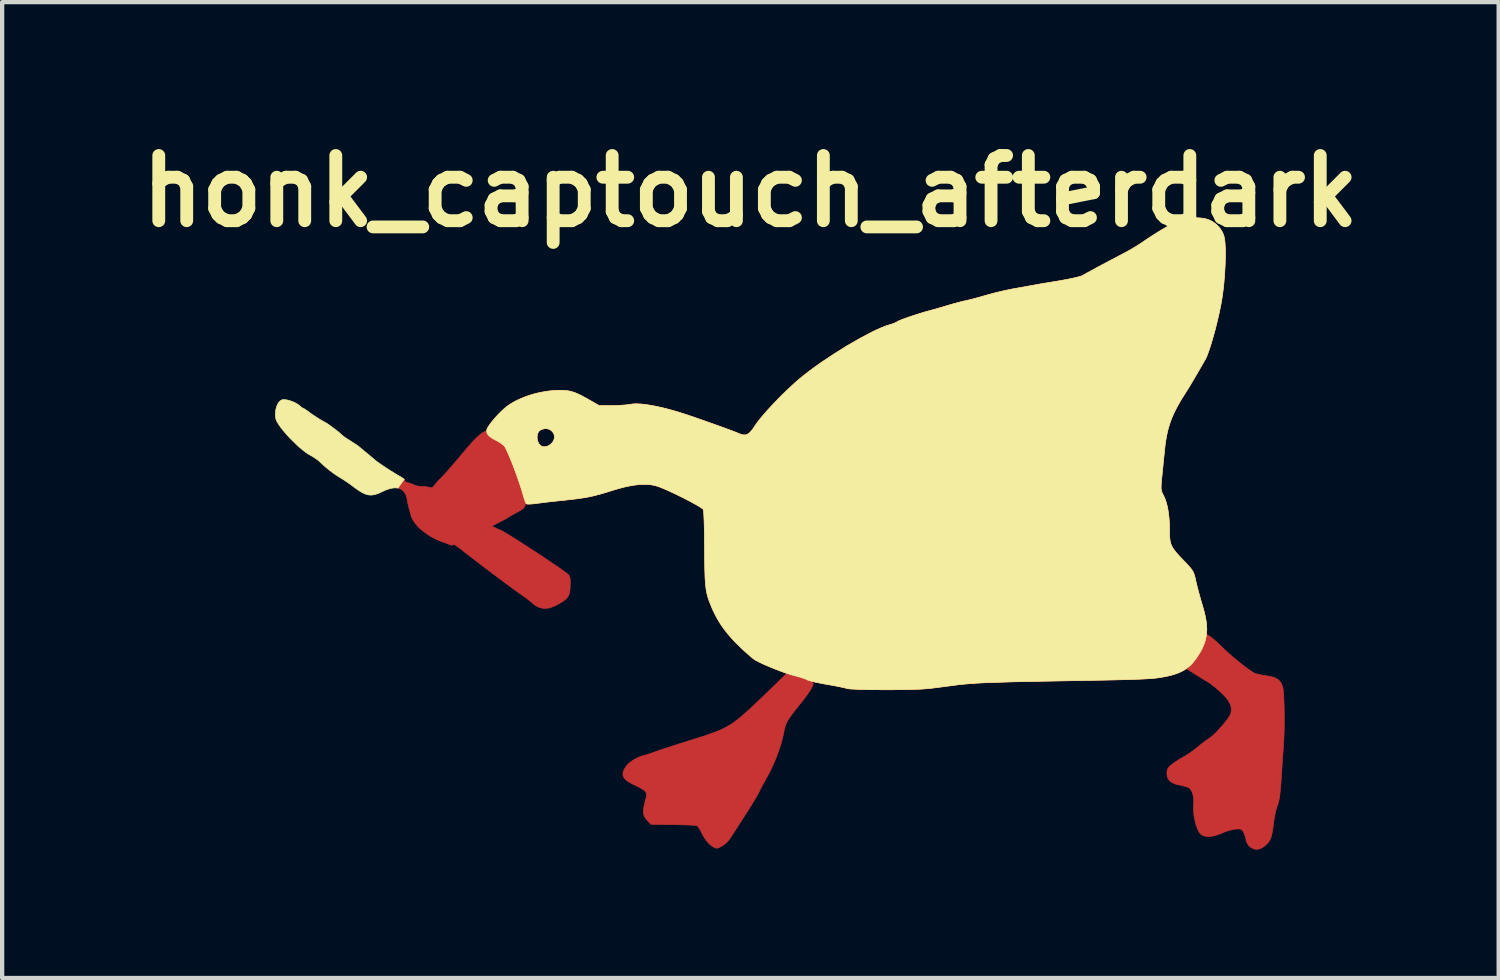
<source format=kicad_pcb>
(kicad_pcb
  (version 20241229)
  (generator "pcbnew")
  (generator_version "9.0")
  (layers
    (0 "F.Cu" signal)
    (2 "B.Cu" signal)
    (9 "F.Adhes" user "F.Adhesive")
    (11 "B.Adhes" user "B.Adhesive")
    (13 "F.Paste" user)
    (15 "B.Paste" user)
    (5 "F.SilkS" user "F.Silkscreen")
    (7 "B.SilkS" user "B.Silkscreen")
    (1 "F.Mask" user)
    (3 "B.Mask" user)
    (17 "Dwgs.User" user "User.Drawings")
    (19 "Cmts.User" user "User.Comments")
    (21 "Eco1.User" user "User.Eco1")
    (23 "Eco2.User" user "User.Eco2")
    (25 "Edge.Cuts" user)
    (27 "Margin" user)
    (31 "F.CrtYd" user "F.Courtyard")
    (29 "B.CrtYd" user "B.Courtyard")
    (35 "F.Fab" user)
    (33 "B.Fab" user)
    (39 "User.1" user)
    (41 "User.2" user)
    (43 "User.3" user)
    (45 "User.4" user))
  (footprint "honk_captouch_afterdark"
    (layer "F.Cu")
    (at 14.485 9.418)
    (property "Reference" "honk_captouch_afterdark" (at 0 -8 0) (layer "F.SilkS") (effects (font (size 1.524 1.524) (thickness 0.3))))
    (attr through_hole)
    (fp_poly (pts (xy -7.987 -0.63) (xy -7.993 -0.654) (xy -7.999 -0.681) (xy -8.005 -0.709) (xy -8.011 -0.737) (xy -8.015 -0.765) (xy -8.02 -0.794) (xy -8.025 -0.821) (xy -8.031 -0.846) (xy -8.039 -0.87) (xy -8.047 -0.893) (xy -8.056 -0.915) (xy -8.066 -0.935) (xy -8.077 -0.953) (xy -8.089 -0.971) (xy -8.102 -0.986) (xy -8.115 -1) (xy -8.13 -1.013) (xy -8.145 -1.025) (xy -8.161 -1.035) (xy -8.179 -1.044) (xy -8.197 -1.052) (xy -8.216 -1.057) (xy -8.235 -1.062) (xy -8.088 -1.27) (xy -8.085 -1.264) (xy -8.083 -1.258) (xy -8.08 -1.252) (xy -8.078 -1.246) (xy -8.077 -1.243) (xy -8.076 -1.24) (xy -8.073 -1.234) (xy -8.07 -1.228) (xy -8.067 -1.223) (xy -8.063 -1.218) (xy -8.059 -1.213) (xy -8.055 -1.208) (xy -8.05 -1.204) (xy -8.045 -1.2) (xy -8.04 -1.196) (xy -8.035 -1.193) (xy -8.03 -1.191) (xy -8.027 -1.19) (xy -8.024 -1.189) (xy -8.022 -1.188) (xy -8.019 -1.187) (xy -8.017 -1.187) (xy -8.014 -1.186) (xy -8.011 -1.186) (xy -8.009 -1.186) (xy -8.003 -1.186) (xy -7.997 -1.185) (xy -7.99 -1.184) (xy -7.982 -1.182) (xy -7.974 -1.18) (xy -7.966 -1.178) (xy -7.957 -1.175) (xy -7.948 -1.173) (xy -7.938 -1.169) (xy -7.929 -1.166) (xy -7.919 -1.162) (xy -7.909 -1.158) (xy -7.9 -1.154) (xy -7.89 -1.15) (xy -7.881 -1.145) (xy -7.872 -1.141) (xy -7.862 -1.136) (xy -7.851 -1.132) (xy -7.84 -1.127) (xy -7.827 -1.123) (xy -7.813 -1.119) (xy -7.799 -1.116) (xy -7.784 -1.112) (xy -7.768 -1.109) (xy -7.752 -1.106) (xy -7.736 -1.104) (xy -7.72 -1.101) (xy -7.704 -1.099) (xy -7.687 -1.098) (xy -7.671 -1.097) (xy -7.656 -1.096) (xy -7.64 -1.096) (xy -7.626 -1.096) (xy -7.611 -1.095) (xy -7.597 -1.094) (xy -7.583 -1.093) (xy -7.569 -1.092) (xy -7.556 -1.09) (xy -7.544 -1.088) (xy -7.532 -1.086) (xy -7.521 -1.084) (xy -7.511 -1.082) (xy -7.503 -1.079) (xy -7.437 -1.066) (xy -7.522 -0.961) (xy -7.574 -0.906) (xy -7.588 -0.891) (xy -7.616 -0.861) (xy -7.644 -0.828) (xy -7.673 -0.793) (xy -7.701 -0.758) (xy -7.727 -0.725) (xy -7.751 -0.692) (xy -7.772 -0.663) (xy -7.788 -0.637) (xy -7.802 -0.616) (xy -7.922 -0.396)) (stroke (width 0.015) (type solid)) (fill yes) (layer "F.Cu"))
    (fp_poly (pts (xy -4.918 1.73) (xy -4.928 1.727) (xy -4.938 1.723) (xy -4.948 1.719) (xy -4.959 1.714) (xy -4.97 1.709) (xy -4.981 1.703) (xy -4.992 1.697) (xy -5.003 1.69) (xy -5.014 1.683) (xy -5.026 1.676) (xy -5.036 1.669) (xy -5.047 1.661) (xy -5.057 1.654) (xy -5.067 1.646) (xy -5.076 1.639) (xy -5.084 1.631) (xy -5.104 1.614) (xy -5.129 1.593) (xy -5.159 1.569) (xy -5.192 1.543) (xy -5.229 1.516) (xy -5.267 1.488) (xy -5.305 1.46) (xy -5.343 1.433) (xy -5.521 1.306) (xy -5.743 1.143) (xy -6.237 0.773) (xy -6.659 0.448) (xy -6.791 0.343) (xy -6.918 0.255) (xy -6.78 0.169) (xy -6.77 0.163) (xy -6.759 0.157) (xy -6.747 0.151) (xy -6.735 0.145) (xy -6.721 0.138) (xy -6.692 0.125) (xy -6.659 0.111) (xy -6.623 0.097) (xy -6.542 0.066) (xy -6.472 0.04) (xy -6.444 0.031) (xy -6.421 0.023) (xy -6.405 0.018) (xy -6.397 0.017) (xy -6.396 0.017) (xy -6.394 0.016) (xy -6.391 0.015) (xy -6.386 0.013) (xy -6.38 0.011) (xy -6.374 0.008) (xy -6.367 0.004) (xy -6.359 -0.0003) (xy -6.35 -0.005) (xy -6.332 -0.016) (xy -6.311 -0.029) (xy -6.289 -0.043) (xy -6.266 -0.059) (xy -6.24 -0.075) (xy -6.213 -0.09) (xy -6.186 -0.102) (xy -6.033 -0.168) (xy -5.897 -0.103) (xy -5.865 -0.091) (xy -5.832 -0.076) (xy -5.799 -0.059) (xy -5.672 0.015) (xy -5.476 0.136) (xy -4.982 0.456) (xy -4.512 0.771) (xy -4.347 0.886) (xy -4.263 0.951) (xy -4.254 0.959) (xy -4.25 0.964) (xy -4.247 0.968) (xy -4.243 0.973) (xy -4.24 0.977) (xy -4.237 0.982) (xy -4.234 0.987) (xy -4.231 0.992) (xy -4.229 0.997) (xy -4.226 1.003) (xy -4.224 1.009) (xy -4.222 1.015) (xy -4.22 1.021) (xy -4.218 1.027) (xy -4.217 1.034) (xy -4.216 1.042) (xy -4.214 1.05) (xy -4.213 1.058) (xy -4.212 1.066) (xy -4.211 1.084) (xy -4.21 1.105) (xy -4.209 1.127) (xy -4.209 1.152) (xy -4.21 1.179) (xy -4.21 1.208) (xy -4.212 1.252) (xy -4.215 1.292) (xy -4.218 1.329) (xy -4.223 1.362) (xy -4.23 1.392) (xy -4.234 1.407) (xy -4.238 1.42) (xy -4.243 1.433) (xy -4.249 1.446) (xy -4.255 1.458) (xy -4.261 1.47) (xy -4.269 1.481) (xy -4.277 1.492) (xy -4.285 1.503) (xy -4.295 1.513) (xy -4.304 1.524) (xy -4.315 1.534) (xy -4.339 1.554) (xy -4.366 1.574) (xy -4.396 1.595) (xy -4.431 1.616) (xy -4.469 1.639) (xy -4.503 1.657) (xy -4.536 1.675) (xy -4.568 1.69) (xy -4.599 1.703) (xy -4.629 1.715) (xy -4.658 1.725) (xy -4.686 1.733) (xy -4.714 1.74) (xy -4.741 1.744) (xy -4.768 1.747) (xy -4.794 1.748) (xy -4.819 1.748) (xy -4.845 1.746) (xy -4.87 1.742) (xy -4.895 1.737)) (stroke (width 0.015) (type solid)) (fill yes) (layer "F.Cu"))
    (fp_poly (pts (xy -7.202 0.192) (xy -7.287 0.158) (xy -7.325 0.141) (xy -7.36 0.125) (xy -7.393 0.109) (xy -7.424 0.093) (xy -7.454 0.076) (xy -7.484 0.059) (xy -7.512 0.041) (xy -7.541 0.022) (xy -7.601 -0.022) (xy -7.667 -0.072) (xy -7.693 -0.094) (xy -7.718 -0.116) (xy -7.742 -0.138) (xy -7.765 -0.162) (xy -7.787 -0.185) (xy -7.808 -0.209) (xy -7.827 -0.234) (xy -7.846 -0.26) (xy -7.863 -0.285) (xy -7.88 -0.312) (xy -7.895 -0.339) (xy -7.909 -0.367) (xy -7.922 -0.396) (xy -7.842 -0.563) (xy -7.838 -0.567) (xy -7.834 -0.572) (xy -7.826 -0.582) (xy -7.818 -0.593) (xy -7.809 -0.606) (xy -7.8 -0.62) (xy -7.79 -0.635) (xy -7.773 -0.661) (xy -7.752 -0.691) (xy -7.728 -0.724) (xy -7.7 -0.759) (xy -7.672 -0.795) (xy -7.642 -0.83) (xy -7.613 -0.864) (xy -7.584 -0.896) (xy -7.543 -0.941) (xy -7.526 -0.959) (xy -7.512 -0.976) (xy -7.5 -0.991) (xy -7.49 -1.003) (xy -7.282 -1.247) (xy -7.268 -1.26) (xy -7.252 -1.274) (xy -7.236 -1.29) (xy -7.218 -1.308) (xy -7.198 -1.328) (xy -7.178 -1.35) (xy -7.155 -1.375) (xy -7.104 -1.431) (xy -7.045 -1.499) (xy -6.975 -1.579) (xy -6.895 -1.672) (xy -6.803 -1.78) (xy -6.58 -2.045) (xy -6.545 -2.086) (xy -6.51 -2.124) (xy -6.474 -2.162) (xy -6.44 -2.197) (xy -6.407 -2.23) (xy -6.374 -2.261) (xy -6.343 -2.289) (xy -6.313 -2.314) (xy -6.285 -2.336) (xy -6.26 -2.355) (xy -6.237 -2.37) (xy -6.217 -2.381) (xy -6.201 -2.387) (xy -6.194 -2.389) (xy -6.188 -2.389) (xy -6.182 -2.389) (xy -6.178 -2.387) (xy -6.175 -2.384) (xy -6.173 -2.38) (xy -6.171 -2.374) (xy -6.168 -2.367) (xy -6.165 -2.36) (xy -6.162 -2.354) (xy -6.159 -2.348) (xy -6.155 -2.341) (xy -6.146 -2.328) (xy -6.136 -2.315) (xy -6.125 -2.302) (xy -6.112 -2.289) (xy -6.098 -2.276) (xy -6.083 -2.263) (xy -6.067 -2.251) (xy -6.049 -2.238) (xy -6.03 -2.226) (xy -6.011 -2.214) (xy -5.99 -2.202) (xy -5.968 -2.19) (xy -5.945 -2.179) (xy -5.932 -2.172) (xy -5.918 -2.165) (xy -5.891 -2.149) (xy -5.863 -2.132) (xy -5.836 -2.114) (xy -5.81 -2.096) (xy -5.787 -2.078) (xy -5.776 -2.069) (xy -5.766 -2.061) (xy -5.758 -2.052) (xy -5.75 -2.045) (xy -5.735 -2.024) (xy -5.716 -1.989) (xy -5.693 -1.942) (xy -5.667 -1.885) (xy -5.606 -1.742) (xy -5.54 -1.572) (xy -5.471 -1.387) (xy -5.405 -1.198) (xy -5.345 -1.018) (xy -5.296 -0.856) (xy -5.285 -0.815) (xy -5.276 -0.779) (xy -5.269 -0.747) (xy -5.266 -0.733) (xy -5.264 -0.719) (xy -5.262 -0.706) (xy -5.262 -0.694) (xy -5.262 -0.682) (xy -5.263 -0.671) (xy -5.264 -0.661) (xy -5.267 -0.65) (xy -5.27 -0.641) (xy -5.274 -0.632) (xy -5.279 -0.623) (xy -5.285 -0.614) (xy -5.292 -0.605) (xy -5.3 -0.597) (xy -5.309 -0.588) (xy -5.319 -0.579) (xy -5.33 -0.571) (xy -5.343 -0.562) (xy -5.371 -0.544) (xy -5.404 -0.524) (xy -5.442 -0.503) (xy -5.486 -0.479) (xy -5.536 -0.452) (xy -5.581 -0.426) (xy -5.622 -0.403) (xy -5.659 -0.38) (xy -5.691 -0.358) (xy -6.176 -0.106) (xy -6.2 -0.096) (xy -6.222 -0.085) (xy -6.244 -0.073) (xy -6.266 -0.059) (xy -6.289 -0.044) (xy -6.311 -0.03) (xy -6.332 -0.017) (xy -6.351 -0.006) (xy -6.367 0.003) (xy -6.381 0.01) (xy -6.387 0.013) (xy -6.392 0.015) (xy -6.979 0.275)) (stroke (width 0.015) (type solid)) (fill yes) (layer "F.Cu"))
    (fp_poly (pts (xy -0.951 7.26) (xy -0.962 7.249) (xy -0.974 7.238) (xy -0.986 7.225) (xy -0.998 7.211) (xy -1.011 7.196) (xy -1.023 7.18) (xy -1.036 7.163) (xy -1.048 7.146) (xy -1.06 7.128) (xy -1.073 7.11) (xy -1.084 7.092) (xy -1.096 7.073) (xy -1.106 7.055) (xy -1.117 7.037) (xy -1.126 7.02) (xy -1.134 7.002) (xy -1.151 6.969) (xy -1.167 6.937) (xy -1.184 6.908) (xy -1.2 6.882) (xy -1.215 6.859) (xy -1.222 6.85) (xy -1.229 6.842) (xy -1.235 6.835) (xy -1.24 6.829) (xy -1.245 6.825) (xy -1.249 6.823) (xy -1.256 6.822) (xy -1.267 6.82) (xy -1.305 6.817) (xy -1.359 6.814) (xy -1.428 6.811) (xy -1.51 6.809) (xy -1.601 6.806) (xy -1.701 6.804) (xy -1.806 6.802) (xy -2.326 6.795) (xy -2.414 6.697) (xy -2.432 6.676) (xy -2.447 6.656) (xy -2.454 6.646) (xy -2.461 6.636) (xy -2.467 6.626) (xy -2.472 6.615) (xy -2.477 6.605) (xy -2.482 6.595) (xy -2.486 6.584) (xy -2.489 6.573) (xy -2.492 6.562) (xy -2.494 6.55) (xy -2.496 6.538) (xy -2.498 6.526) (xy -2.499 6.514) (xy -2.499 6.5) (xy -2.499 6.487) (xy -2.499 6.473) (xy -2.498 6.458) (xy -2.496 6.443) (xy -2.492 6.411) (xy -2.486 6.376) (xy -2.478 6.337) (xy -2.468 6.296) (xy -2.457 6.25) (xy -2.443 6.197) (xy -2.438 6.175) (xy -2.434 6.155) (xy -2.43 6.137) (xy -2.429 6.122) (xy -2.427 6.108) (xy -2.427 6.096) (xy -2.428 6.085) (xy -2.43 6.074) (xy -2.433 6.065) (xy -2.437 6.056) (xy -2.442 6.047) (xy -2.448 6.038) (xy -2.456 6.029) (xy -2.464 6.019) (xy -2.47 6.013) (xy -2.478 6.006) (xy -2.487 5.998) (xy -2.498 5.99) (xy -2.509 5.982) (xy -2.522 5.974) (xy -2.535 5.965) (xy -2.55 5.956) (xy -2.565 5.947) (xy -2.58 5.938) (xy -2.597 5.929) (xy -2.613 5.92) (xy -2.63 5.911) (xy -2.648 5.903) (xy -2.665 5.895) (xy -2.682 5.887) (xy -2.736 5.862) (xy -2.784 5.837) (xy -2.827 5.813) (xy -2.864 5.789) (xy -2.881 5.777) (xy -2.896 5.765) (xy -2.91 5.753) (xy -2.923 5.741) (xy -2.934 5.729) (xy -2.944 5.717) (xy -2.953 5.705) (xy -2.96 5.692) (xy -2.966 5.679) (xy -2.971 5.667) (xy -2.975 5.653) (xy -2.977 5.64) (xy -2.978 5.627) (xy -2.978 5.613) (xy -2.977 5.599) (xy -2.975 5.584) (xy -2.971 5.57) (xy -2.966 5.554) (xy -2.96 5.539) (xy -2.954 5.523) (xy -2.945 5.507) (xy -2.936 5.49) (xy -2.914 5.455) (xy -2.898 5.434) (xy -2.881 5.413) (xy -2.861 5.392) (xy -2.84 5.372) (xy -2.817 5.352) (xy -2.792 5.332) (xy -2.766 5.314) (xy -2.739 5.295) (xy -2.71 5.278) (xy -2.68 5.262) (xy -2.65 5.246) (xy -2.618 5.232) (xy -2.586 5.218) (xy -2.553 5.206) (xy -2.52 5.195) (xy -2.486 5.186) (xy -2.459 5.178) (xy -2.428 5.169) (xy -2.394 5.158) (xy -2.357 5.147) (xy -2.284 5.122) (xy -2.248 5.109) (xy -2.216 5.097) (xy -2.122 5.064) (xy -1.978 5.016) (xy -1.802 4.959) (xy -1.615 4.9) (xy -1.129 4.746) (xy -0.963 4.691) (xy -0.833 4.644) (xy -0.731 4.604) (xy -0.646 4.566) (xy -0.568 4.525) (xy -0.487 4.479) (xy -0.456 4.46) (xy -0.423 4.439) (xy -0.389 4.415) (xy -0.353 4.388) (xy -0.315 4.359) (xy -0.275 4.327) (xy -0.232 4.292) (xy -0.187 4.254) (xy -0.088 4.167) (xy 0.024 4.065) (xy 0.15 3.947) (xy 0.292 3.811) (xy 0.845 3.276) (xy 1.043 3.326) (xy 1.132 3.35) (xy 1.213 3.375) (xy 1.285 3.4) (xy 1.347 3.424) (xy 1.374 3.436) (xy 1.397 3.447) (xy 1.418 3.459) (xy 1.435 3.469) (xy 1.449 3.479) (xy 1.458 3.489) (xy 1.465 3.498) (xy 1.466 3.502) (xy 1.467 3.506) (xy 1.466 3.512) (xy 1.466 3.519) (xy 1.464 3.527) (xy 1.462 3.535) (xy 1.455 3.554) (xy 1.446 3.574) (xy 1.435 3.598) (xy 1.421 3.623) (xy 1.404 3.651) (xy 1.385 3.681) (xy 1.363 3.714) (xy 1.339 3.749) (xy 1.312 3.787) (xy 1.282 3.827) (xy 1.25 3.87) (xy 1.215 3.915) (xy 1.177 3.963) (xy 1.137 4.013) (xy 1.045 4.128) (xy 1.006 4.178) (xy 0.972 4.223) (xy 0.942 4.265) (xy 0.915 4.303) (xy 0.892 4.339) (xy 0.872 4.373) (xy 0.854 4.406) (xy 0.839 4.438) (xy 0.826 4.47) (xy 0.815 4.502) (xy 0.805 4.535) (xy 0.796 4.57) (xy 0.788 4.607) (xy 0.78 4.647) (xy 0.768 4.705) (xy 0.754 4.766) (xy 0.739 4.828) (xy 0.721 4.892) (xy 0.68 5.024) (xy 0.633 5.157) (xy 0.581 5.29) (xy 0.525 5.42) (xy 0.465 5.545) (xy 0.434 5.605) (xy 0.403 5.662) (xy 0.336 5.783) (xy 0.277 5.893) (xy 0.231 5.98) (xy 0.216 6.011) (xy 0.207 6.031) (xy 0.199 6.048) (xy 0.188 6.069) (xy 0.154 6.13) (xy 0.106 6.211) (xy 0.045 6.31) (xy -0.026 6.425) (xy -0.107 6.553) (xy -0.196 6.692) (xy -0.292 6.841) (xy -0.473 7.12) (xy -0.487 7.141) (xy -0.503 7.162) (xy -0.521 7.182) (xy -0.541 7.202) (xy -0.562 7.222) (xy -0.584 7.242) (xy -0.606 7.26) (xy -0.628 7.277) (xy -0.651 7.293) (xy -0.674 7.307) (xy -0.696 7.32) (xy -0.718 7.331) (xy -0.739 7.34) (xy -0.758 7.346) (xy -0.767 7.349) (xy -0.776 7.351) (xy -0.784 7.352) (xy -0.791 7.352) (xy -0.794 7.352) (xy -0.798 7.351) (xy -0.804 7.35) (xy -0.812 7.348) (xy -0.821 7.345) (xy -0.83 7.341) (xy -0.84 7.336) (xy -0.85 7.331) (xy -0.861 7.325) (xy -0.872 7.318) (xy -0.883 7.311) (xy -0.894 7.304) (xy -0.906 7.296) (xy -0.917 7.287) (xy -0.929 7.278) (xy -0.94 7.269)) (stroke (width 0.015) (type solid)) (fill yes) (layer "F.Cu"))
    (fp_poly (pts (xy 11.678 7.321) (xy 11.669 7.313) (xy 11.661 7.305) (xy 11.652 7.296) (xy 11.644 7.287) (xy 11.636 7.277) (xy 11.629 7.267) (xy 11.622 7.256) (xy 11.616 7.245) (xy 11.609 7.234) (xy 11.604 7.222) (xy 11.598 7.21) (xy 11.594 7.198) (xy 11.59 7.186) (xy 11.586 7.173) (xy 11.583 7.16) (xy 11.58 7.147) (xy 11.578 7.136) (xy 11.575 7.124) (xy 11.569 7.099) (xy 11.562 7.073) (xy 11.553 7.048) (xy 11.544 7.024) (xy 11.535 7.001) (xy 11.53 6.991) (xy 11.525 6.981) (xy 11.521 6.973) (xy 11.516 6.965) (xy 11.509 6.954) (xy 11.505 6.949) (xy 11.502 6.944) (xy 11.498 6.939) (xy 11.495 6.935) (xy 11.491 6.931) (xy 11.488 6.928) (xy 11.484 6.924) (xy 11.48 6.921) (xy 11.476 6.918) (xy 11.472 6.916) (xy 11.468 6.914) (xy 11.464 6.912) (xy 11.459 6.91) (xy 11.455 6.908) (xy 11.45 6.907) (xy 11.444 6.906) (xy 11.439 6.905) (xy 11.433 6.904) (xy 11.427 6.903) (xy 11.42 6.903) (xy 11.413 6.902) (xy 11.398 6.902) (xy 11.39 6.903) (xy 11.372 6.904) (xy 11.352 6.905) (xy 11.33 6.907) (xy 11.315 6.909) (xy 11.298 6.912) (xy 11.28 6.915) (xy 11.261 6.919) (xy 11.221 6.928) (xy 11.179 6.94) (xy 11.136 6.954) (xy 11.093 6.969) (xy 11.052 6.984) (xy 11.032 6.993) (xy 11.014 7.001) (xy 10.974 7.018) (xy 10.935 7.033) (xy 10.897 7.046) (xy 10.86 7.057) (xy 10.823 7.066) (xy 10.788 7.072) (xy 10.755 7.077) (xy 10.722 7.079) (xy 10.691 7.08) (xy 10.662 7.078) (xy 10.634 7.074) (xy 10.607 7.067) (xy 10.583 7.059) (xy 10.561 7.048) (xy 10.54 7.036) (xy 10.522 7.021) (xy 10.513 7.011) (xy 10.503 7) (xy 10.485 6.974) (xy 10.468 6.943) (xy 10.451 6.907) (xy 10.435 6.867) (xy 10.42 6.824) (xy 10.407 6.778) (xy 10.394 6.729) (xy 10.383 6.68) (xy 10.373 6.629) (xy 10.366 6.578) (xy 10.36 6.527) (xy 10.356 6.476) (xy 10.354 6.428) (xy 10.354 6.381) (xy 10.357 6.337) (xy 10.36 6.303) (xy 10.36 6.27) (xy 10.36 6.237) (xy 10.358 6.205) (xy 10.354 6.174) (xy 10.35 6.143) (xy 10.344 6.114) (xy 10.336 6.087) (xy 10.328 6.06) (xy 10.319 6.036) (xy 10.308 6.013) (xy 10.297 5.993) (xy 10.284 5.975) (xy 10.271 5.96) (xy 10.258 5.947) (xy 10.25 5.942) (xy 10.243 5.938) (xy 10.236 5.934) (xy 10.228 5.931) (xy 10.219 5.927) (xy 10.208 5.923) (xy 10.184 5.915) (xy 10.156 5.907) (xy 10.126 5.899) (xy 10.094 5.891) (xy 10.062 5.884) (xy 10.029 5.877) (xy 9.992 5.869) (xy 9.958 5.861) (xy 9.926 5.851) (xy 9.897 5.839) (xy 9.87 5.827) (xy 9.846 5.813) (xy 9.835 5.806) (xy 9.824 5.798) (xy 9.814 5.79) (xy 9.805 5.782) (xy 9.796 5.774) (xy 9.788 5.765) (xy 9.78 5.756) (xy 9.773 5.746) (xy 9.767 5.736) (xy 9.761 5.726) (xy 9.756 5.715) (xy 9.751 5.705) (xy 9.747 5.693) (xy 9.743 5.682) (xy 9.74 5.67) (xy 9.738 5.657) (xy 9.736 5.645) (xy 9.735 5.632) (xy 9.733 5.604) (xy 9.734 5.588) (xy 9.735 5.572) (xy 9.736 5.558) (xy 9.738 5.544) (xy 9.741 5.531) (xy 9.744 5.519) (xy 9.747 5.513) (xy 9.749 5.508) (xy 9.751 5.502) (xy 9.754 5.496) (xy 9.761 5.485) (xy 9.768 5.474) (xy 9.777 5.463) (xy 9.787 5.452) (xy 9.799 5.44) (xy 9.812 5.428) (xy 9.826 5.416) (xy 9.842 5.402) (xy 9.867 5.383) (xy 9.896 5.361) (xy 9.929 5.338) (xy 9.964 5.315) (xy 10 5.292) (xy 10.036 5.269) (xy 10.072 5.249) (xy 10.105 5.23) (xy 10.14 5.21) (xy 10.18 5.186) (xy 10.223 5.158) (xy 10.269 5.127) (xy 10.316 5.094) (xy 10.362 5.06) (xy 10.405 5.027) (xy 10.446 4.994) (xy 10.486 4.962) (xy 10.526 4.93) (xy 10.566 4.898) (xy 10.606 4.868) (xy 10.643 4.84) (xy 10.677 4.816) (xy 10.706 4.796) (xy 10.73 4.781) (xy 10.756 4.762) (xy 10.787 4.737) (xy 10.821 4.707) (xy 10.858 4.672) (xy 10.897 4.633) (xy 10.936 4.591) (xy 10.976 4.547) (xy 11.016 4.502) (xy 11.054 4.457) (xy 11.091 4.413) (xy 11.124 4.37) (xy 11.155 4.33) (xy 11.18 4.293) (xy 11.201 4.26) (xy 11.216 4.232) (xy 11.221 4.22) (xy 11.224 4.21) (xy 11.231 4.179) (xy 11.235 4.149) (xy 11.236 4.135) (xy 11.237 4.12) (xy 11.237 4.106) (xy 11.237 4.091) (xy 11.235 4.077) (xy 11.234 4.062) (xy 11.231 4.048) (xy 11.228 4.034) (xy 11.224 4.02) (xy 11.22 4.006) (xy 11.215 3.992) (xy 11.209 3.978) (xy 11.202 3.963) (xy 11.195 3.949) (xy 11.178 3.92) (xy 11.159 3.89) (xy 11.136 3.86) (xy 11.11 3.829) (xy 11.081 3.796) (xy 11.049 3.763) (xy 11.014 3.728) (xy 10.973 3.691) (xy 10.931 3.652) (xy 10.887 3.615) (xy 10.844 3.579) (xy 10.802 3.546) (xy 10.763 3.516) (xy 10.728 3.491) (xy 10.712 3.481) (xy 10.699 3.473) (xy 10.635 3.435) (xy 10.555 3.386) (xy 10.47 3.333) (xy 10.389 3.283) (xy 10.207 3.168) (xy 10.283 3.088) (xy 10.307 3.06) (xy 10.333 3.029) (xy 10.359 2.996) (xy 10.386 2.959) (xy 10.412 2.92) (xy 10.439 2.88) (xy 10.465 2.839) (xy 10.491 2.797) (xy 10.516 2.755) (xy 10.539 2.713) (xy 10.56 2.672) (xy 10.58 2.633) (xy 10.598 2.595) (xy 10.613 2.56) (xy 10.625 2.528) (xy 10.634 2.499) (xy 10.673 2.361) (xy 10.767 2.426) (xy 10.778 2.433) (xy 10.79 2.442) (xy 10.818 2.465) (xy 10.85 2.493) (xy 10.886 2.525) (xy 10.925 2.56) (xy 10.964 2.597) (xy 11.003 2.635) (xy 11.041 2.674) (xy 11.076 2.708) (xy 11.116 2.745) (xy 11.208 2.827) (xy 11.311 2.915) (xy 11.419 3.003) (xy 11.525 3.087) (xy 11.624 3.161) (xy 11.708 3.22) (xy 11.743 3.242) (xy 11.771 3.259) (xy 11.779 3.262) (xy 11.788 3.266) (xy 11.8 3.27) (xy 11.813 3.274) (xy 11.844 3.283) (xy 11.88 3.291) (xy 11.92 3.3) (xy 11.963 3.308) (xy 12.007 3.316) (xy 12.053 3.323) (xy 12.098 3.33) (xy 12.14 3.338) (xy 12.178 3.347) (xy 12.214 3.356) (xy 12.246 3.367) (xy 12.274 3.38) (xy 12.3 3.393) (xy 12.324 3.408) (xy 12.335 3.416) (xy 12.345 3.425) (xy 12.355 3.434) (xy 12.364 3.444) (xy 12.373 3.454) (xy 12.381 3.464) (xy 12.396 3.487) (xy 12.41 3.512) (xy 12.421 3.539) (xy 12.432 3.569) (xy 12.442 3.602) (xy 12.448 3.635) (xy 12.454 3.682) (xy 12.464 3.812) (xy 12.471 3.978) (xy 12.475 4.17) (xy 12.476 4.373) (xy 12.474 4.576) (xy 12.468 4.766) (xy 12.459 4.931) (xy 12.435 5.272) (xy 12.406 5.712) (xy 12.397 5.845) (xy 12.388 5.959) (xy 12.378 6.056) (xy 12.368 6.139) (xy 12.357 6.208) (xy 12.345 6.266) (xy 12.331 6.314) (xy 12.316 6.354) (xy 12.31 6.369) (xy 12.304 6.386) (xy 12.298 6.405) (xy 12.292 6.427) (xy 12.279 6.474) (xy 12.267 6.527) (xy 12.255 6.584) (xy 12.244 6.643) (xy 12.235 6.702) (xy 12.227 6.76) (xy 12.212 6.876) (xy 12.205 6.926) (xy 12.197 6.971) (xy 12.189 7.011) (xy 12.18 7.048) (xy 12.171 7.081) (xy 12.161 7.111) (xy 12.15 7.138) (xy 12.138 7.163) (xy 12.124 7.186) (xy 12.109 7.208) (xy 12.092 7.229) (xy 12.073 7.249) (xy 12.052 7.27) (xy 12.029 7.29) (xy 12.006 7.309) (xy 11.983 7.326) (xy 11.961 7.34) (xy 11.95 7.346) (xy 11.938 7.352) (xy 11.927 7.357) (xy 11.916 7.362) (xy 11.905 7.366) (xy 11.894 7.37) (xy 11.883 7.372) (xy 11.871 7.375) (xy 11.861 7.377) (xy 11.849 7.378) (xy 11.838 7.378) (xy 11.828 7.378) (xy 11.817 7.378) (xy 11.806 7.377) (xy 11.795 7.375) (xy 11.784 7.373) (xy 11.773 7.37) (xy 11.763 7.367) (xy 11.752 7.363) (xy 11.741 7.358) (xy 11.73 7.353) (xy 11.72 7.348) (xy 11.709 7.341) (xy 11.699 7.335) (xy 11.688 7.327)) (stroke (width 0.015) (type solid)) (fill yes) (layer "F.Cu"))
    (fp_poly (pts (xy 2.263 3.622) (xy 2.242 3.615) (xy 2.215 3.608) (xy 2.184 3.601) (xy 2.151 3.593) (xy 2.115 3.586) (xy 2.079 3.578) (xy 2.043 3.571) (xy 2.008 3.564) (xy 1.692 3.507) (xy 1.58 3.485) (xy 1.493 3.467) (xy 1.427 3.451) (xy 1.377 3.438) (xy 1.341 3.425) (xy 1.314 3.413) (xy 1.306 3.408) (xy 1.295 3.404) (xy 1.27 3.393) (xy 1.238 3.382) (xy 1.2 3.37) (xy 1.159 3.357) (xy 1.116 3.344) (xy 1.071 3.332) (xy 1.026 3.321) (xy 0.93 3.293) (xy 0.814 3.255) (xy 0.687 3.208) (xy 0.554 3.157) (xy 0.424 3.103) (xy 0.302 3.05) (xy 0.196 2.999) (xy 0.152 2.976) (xy 0.113 2.955) (xy 0.101 2.947) (xy 0.086 2.937) (xy 0.069 2.924) (xy 0.049 2.909) (xy 0.004 2.871) (xy -0.047 2.827) (xy -0.104 2.777) (xy -0.164 2.722) (xy -0.225 2.664) (xy -0.286 2.605) (xy -0.342 2.549) (xy -0.395 2.494) (xy -0.446 2.438) (xy -0.494 2.384) (xy -0.54 2.328) (xy -0.584 2.273) (xy -0.626 2.218) (xy -0.665 2.162) (xy -0.703 2.105) (xy -0.739 2.048) (xy -0.773 1.989) (xy -0.806 1.93) (xy -0.837 1.869) (xy -0.867 1.806) (xy -0.896 1.742) (xy -0.923 1.676) (xy -0.946 1.619) (xy -0.967 1.565) (xy -0.985 1.512) (xy -1 1.46) (xy -1.014 1.407) (xy -1.025 1.352) (xy -1.035 1.293) (xy -1.043 1.228) (xy -1.05 1.157) (xy -1.056 1.077) (xy -1.06 0.988) (xy -1.063 0.888) (xy -1.066 0.775) (xy -1.067 0.648) (xy -1.07 0.347) (xy -1.073 0.011) (xy -1.08 -0.273) (xy -1.089 -0.473) (xy -1.094 -0.532) (xy -1.099 -0.56) (xy -1.104 -0.567) (xy -1.114 -0.576) (xy -1.146 -0.6) (xy -1.192 -0.63) (xy -1.25 -0.665) (xy -1.397 -0.746) (xy -1.569 -0.835) (xy -1.75 -0.924) (xy -1.924 -1.005) (xy -2.075 -1.07) (xy -2.137 -1.094) (xy -2.187 -1.11) (xy -2.235 -1.123) (xy -2.284 -1.133) (xy -2.336 -1.141) (xy -2.389 -1.146) (xy -2.445 -1.148) (xy -2.502 -1.149) (xy -2.561 -1.147) (xy -2.622 -1.142) (xy -2.686 -1.135) (xy -2.751 -1.126) (xy -2.819 -1.113) (xy -2.89 -1.099) (xy -2.963 -1.082) (xy -3.038 -1.062) (xy -3.116 -1.04) (xy -3.197 -1.016) (xy -3.371 -0.962) (xy -3.52 -0.919) (xy -3.654 -0.884) (xy -3.719 -0.869) (xy -3.785 -0.856) (xy -3.852 -0.843) (xy -3.921 -0.832) (xy -4.074 -0.81) (xy -4.254 -0.789) (xy -4.471 -0.766) (xy -4.606 -0.752) (xy -4.749 -0.736) (xy -4.884 -0.719) (xy -4.995 -0.704) (xy -5.04 -0.699) (xy -5.083 -0.694) (xy -5.123 -0.691) (xy -5.158 -0.689) (xy -5.189 -0.689) (xy -5.213 -0.69) (xy -5.223 -0.691) (xy -5.231 -0.692) (xy -5.236 -0.694) (xy -5.24 -0.696) (xy -4.65 -2.102) (xy -4.634 -2.119) (xy -4.62 -2.137) (xy -4.608 -2.155) (xy -4.598 -2.173) (xy -4.591 -2.192) (xy -4.585 -2.21) (xy -4.581 -2.229) (xy -4.579 -2.247) (xy -4.579 -2.265) (xy -4.58 -2.282) (xy -4.584 -2.299) (xy -4.588 -2.316) (xy -4.595 -2.332) (xy -4.602 -2.348) (xy -4.611 -2.362) (xy -4.621 -2.376) (xy -4.633 -2.389) (xy -4.646 -2.401) (xy -4.659 -2.412) (xy -4.674 -2.422) (xy -4.69 -2.43) (xy -4.706 -2.438) (xy -4.724 -2.443) (xy -4.742 -2.448) (xy -4.761 -2.451) (xy -4.78 -2.452) (xy -4.8 -2.451) (xy -4.821 -2.449) (xy -4.842 -2.444) (xy -4.863 -2.438) (xy -4.885 -2.429) (xy -4.907 -2.419) (xy -4.916 -2.413) (xy -4.926 -2.406) (xy -4.934 -2.398) (xy -4.942 -2.389) (xy -4.949 -2.38) (xy -4.955 -2.37) (xy -4.961 -2.359) (xy -4.966 -2.347) (xy -4.971 -2.335) (xy -4.975 -2.323) (xy -4.978 -2.31) (xy -4.98 -2.296) (xy -4.982 -2.283) (xy -4.984 -2.269) (xy -4.984 -2.255) (xy -4.984 -2.241) (xy -4.983 -2.227) (xy -4.982 -2.213) (xy -4.98 -2.199) (xy -4.977 -2.185) (xy -4.973 -2.171) (xy -4.969 -2.158) (xy -4.965 -2.144) (xy -4.96 -2.132) (xy -4.954 -2.119) (xy -4.947 -2.108) (xy -4.94 -2.096) (xy -4.932 -2.086) (xy -4.924 -2.076) (xy -4.915 -2.067) (xy -4.905 -2.058) (xy -4.894 -2.051) (xy -4.888 -2.047) (xy -4.882 -2.043) (xy -4.875 -2.04) (xy -4.868 -2.037) (xy -4.861 -2.035) (xy -4.854 -2.033) (xy -4.846 -2.031) (xy -4.839 -2.03) (xy -4.831 -2.029) (xy -4.823 -2.029) (xy -4.815 -2.028) (xy -4.807 -2.029) (xy -4.791 -2.03) (xy -4.774 -2.033) (xy -4.758 -2.037) (xy -4.742 -2.042) (xy -4.725 -2.049) (xy -4.709 -2.057) (xy -4.694 -2.066) (xy -4.678 -2.077) (xy -4.664 -2.089) (xy -4.657 -2.095) (xy -4.65 -2.102) (xy -5.239 -0.696) (xy -5.242 -0.7) (xy -5.245 -0.705) (xy -5.248 -0.711) (xy -5.252 -0.719) (xy -5.255 -0.728) (xy -5.26 -0.738) (xy -5.268 -0.762) (xy -5.277 -0.789) (xy -5.287 -0.819) (xy -5.297 -0.852) (xy -5.306 -0.885) (xy -5.349 -1.03) (xy -5.405 -1.2) (xy -5.469 -1.383) (xy -5.537 -1.566) (xy -5.605 -1.737) (xy -5.666 -1.881) (xy -5.716 -1.988) (xy -5.735 -2.023) (xy -5.75 -2.044) (xy -5.758 -2.052) (xy -5.766 -2.06) (xy -5.776 -2.069) (xy -5.787 -2.078) (xy -5.798 -2.086) (xy -5.81 -2.095) (xy -5.822 -2.105) (xy -5.836 -2.114) (xy -5.849 -2.123) (xy -5.862 -2.132) (xy -5.877 -2.14) (xy -5.891 -2.149) (xy -5.904 -2.157) (xy -5.918 -2.164) (xy -5.932 -2.171) (xy -5.945 -2.178) (xy -5.975 -2.193) (xy -6.003 -2.208) (xy -6.029 -2.224) (xy -6.052 -2.239) (xy -6.074 -2.254) (xy -6.092 -2.269) (xy -6.109 -2.284) (xy -6.123 -2.299) (xy -6.136 -2.315) (xy -6.141 -2.322) (xy -6.145 -2.33) (xy -6.149 -2.337) (xy -6.153 -2.345) (xy -6.156 -2.353) (xy -6.159 -2.361) (xy -6.16 -2.369) (xy -6.162 -2.376) (xy -6.163 -2.384) (xy -6.163 -2.392) (xy -6.163 -2.4) (xy -6.162 -2.408) (xy -6.161 -2.416) (xy -6.159 -2.424) (xy -6.156 -2.436) (xy -6.151 -2.448) (xy -6.136 -2.476) (xy -6.117 -2.508) (xy -6.093 -2.543) (xy -6.065 -2.582) (xy -6.033 -2.622) (xy -5.998 -2.664) (xy -5.962 -2.707) (xy -5.923 -2.749) (xy -5.883 -2.792) (xy -5.843 -2.833) (xy -5.802 -2.872) (xy -5.762 -2.909) (xy -5.723 -2.942) (xy -5.686 -2.972) (xy -5.651 -2.998) (xy -5.596 -3.034) (xy -5.538 -3.068) (xy -5.478 -3.101) (xy -5.415 -3.131) (xy -5.349 -3.16) (xy -5.281 -3.188) (xy -5.211 -3.214) (xy -5.14 -3.237) (xy -5.068 -3.259) (xy -4.994 -3.278) (xy -4.92 -3.295) (xy -4.845 -3.309) (xy -4.77 -3.322) (xy -4.695 -3.332) (xy -4.62 -3.339) (xy -4.546 -3.344) (xy -4.49 -3.346) (xy -4.438 -3.347) (xy -4.389 -3.346) (xy -4.344 -3.344) (xy -4.301 -3.34) (xy -4.259 -3.334) (xy -4.218 -3.327) (xy -4.178 -3.317) (xy -4.137 -3.304) (xy -4.095 -3.29) (xy -4.052 -3.272) (xy -4.007 -3.252) (xy -3.958 -3.228) (xy -3.907 -3.201) (xy -3.851 -3.171) (xy -3.791 -3.137) (xy -3.532 -2.989) (xy -3.235 -2.991) (xy -3.172 -2.991) (xy -3.109 -2.993) (xy -3.046 -2.996) (xy -2.985 -3) (xy -2.929 -3.004) (xy -2.878 -3.009) (xy -2.836 -3.014) (xy -2.802 -3.02) (xy -2.753 -3.027) (xy -2.697 -3.031) (xy -2.635 -3.03) (xy -2.566 -3.027) (xy -2.49 -3.02) (xy -2.409 -3.009) (xy -2.321 -2.995) (xy -2.229 -2.978) (xy -2.132 -2.957) (xy -2.031 -2.934) (xy -1.925 -2.907) (xy -1.815 -2.877) (xy -1.702 -2.844) (xy -1.585 -2.808) (xy -1.466 -2.769) (xy -1.344 -2.728) (xy -0.945 -2.588) (xy -0.629 -2.475) (xy -0.403 -2.391) (xy -0.271 -2.339) (xy -0.241 -2.326) (xy -0.226 -2.321) (xy -0.212 -2.316) (xy -0.199 -2.312) (xy -0.186 -2.309) (xy -0.173 -2.307) (xy -0.161 -2.305) (xy -0.149 -2.304) (xy -0.137 -2.304) (xy -0.126 -2.305) (xy -0.114 -2.306) (xy -0.103 -2.308) (xy -0.092 -2.311) (xy -0.082 -2.315) (xy -0.071 -2.32) (xy -0.06 -2.326) (xy -0.049 -2.332) (xy -0.039 -2.34) (xy -0.028 -2.348) (xy -0.017 -2.358) (xy -0.006 -2.368) (xy 0.004 -2.379) (xy 0.016 -2.392) (xy 0.027 -2.405) (xy 0.039 -2.419) (xy 0.063 -2.451) (xy 0.088 -2.488) (xy 0.115 -2.528) (xy 0.147 -2.576) (xy 0.188 -2.63) (xy 0.235 -2.689) (xy 0.288 -2.753) (xy 0.409 -2.891) (xy 0.546 -3.039) (xy 0.693 -3.191) (xy 0.844 -3.339) (xy 0.994 -3.479) (xy 1.066 -3.544) (xy 1.136 -3.605) (xy 1.25 -3.698) (xy 1.375 -3.795) (xy 1.509 -3.893) (xy 1.65 -3.994) (xy 1.948 -4.192) (xy 2.252 -4.383) (xy 2.55 -4.555) (xy 2.827 -4.701) (xy 2.952 -4.762) (xy 3.067 -4.812) (xy 3.168 -4.852) (xy 3.255 -4.88) (xy 3.281 -4.887) (xy 3.307 -4.895) (xy 3.333 -4.905) (xy 3.358 -4.914) (xy 3.381 -4.925) (xy 3.403 -4.934) (xy 3.421 -4.944) (xy 3.429 -4.949) (xy 3.436 -4.953) (xy 3.451 -4.962) (xy 3.475 -4.973) (xy 3.543 -5.001) (xy 3.635 -5.035) (xy 3.742 -5.072) (xy 3.857 -5.11) (xy 3.975 -5.147) (xy 4.087 -5.181) (xy 4.187 -5.208) (xy 4.258 -5.227) (xy 4.361 -5.256) (xy 4.482 -5.292) (xy 4.608 -5.329) (xy 4.734 -5.366) (xy 4.856 -5.399) (xy 4.959 -5.426) (xy 4.999 -5.435) (xy 5.029 -5.441) (xy 5.06 -5.448) (xy 5.103 -5.458) (xy 5.155 -5.471) (xy 5.216 -5.486) (xy 5.351 -5.523) (xy 5.495 -5.564) (xy 5.572 -5.586) (xy 5.657 -5.609) (xy 5.747 -5.632) (xy 5.841 -5.654) (xy 5.934 -5.676) (xy 6.025 -5.695) (xy 6.11 -5.713) (xy 6.187 -5.727) (xy 6.668 -5.813) (xy 6.738 -5.826) (xy 6.83 -5.842) (xy 7.028 -5.874) (xy 7.167 -5.897) (xy 7.299 -5.92) (xy 7.42 -5.943) (xy 7.527 -5.965) (xy 7.619 -5.986) (xy 7.693 -6.005) (xy 7.745 -6.021) (xy 7.762 -6.028) (xy 7.772 -6.035) (xy 7.806 -6.055) (xy 7.878 -6.095) (xy 8.112 -6.223) (xy 8.43 -6.392) (xy 8.787 -6.58) (xy 8.827 -6.602) (xy 8.872 -6.627) (xy 8.921 -6.655) (xy 8.972 -6.686) (xy 9.023 -6.717) (xy 9.073 -6.749) (xy 9.12 -6.779) (xy 9.163 -6.808) (xy 9.258 -6.873) (xy 9.353 -6.936) (xy 9.448 -6.996) (xy 9.541 -7.055) (xy 9.633 -7.11) (xy 9.723 -7.163) (xy 9.81 -7.212) (xy 9.894 -7.258) (xy 9.939 -7.28) (xy 9.987 -7.3) (xy 10.037 -7.318) (xy 10.089 -7.334) (xy 10.142 -7.347) (xy 10.197 -7.358) (xy 10.252 -7.367) (xy 10.307 -7.373) (xy 10.362 -7.377) (xy 10.416 -7.378) (xy 10.47 -7.377) (xy 10.522 -7.373) (xy 10.572 -7.367) (xy 10.62 -7.359) (xy 10.665 -7.347) (xy 10.707 -7.333) (xy 10.737 -7.321) (xy 10.767 -7.306) (xy 10.795 -7.291) (xy 10.823 -7.273) (xy 10.849 -7.254) (xy 10.875 -7.234) (xy 10.899 -7.212) (xy 10.923 -7.189) (xy 10.945 -7.165) (xy 10.966 -7.14) (xy 10.986 -7.113) (xy 11.004 -7.086) (xy 11.021 -7.058) (xy 11.036 -7.029) (xy 11.049 -6.998) (xy 11.061 -6.968) (xy 11.073 -6.921) (xy 11.084 -6.859) (xy 11.091 -6.786) (xy 11.097 -6.7) (xy 11.099 -6.606) (xy 11.1 -6.502) (xy 11.094 -6.277) (xy 11.08 -6.035) (xy 11.059 -5.79) (xy 11.044 -5.67) (xy 11.029 -5.553) (xy 11.011 -5.44) (xy 10.992 -5.334) (xy 10.953 -5.146) (xy 10.908 -4.953) (xy 10.86 -4.761) (xy 10.809 -4.577) (xy 10.759 -4.409) (xy 10.711 -4.264) (xy 10.668 -4.148) (xy 10.648 -4.104) (xy 10.63 -4.069) (xy 10.467 -3.785) (xy 10.338 -3.566) (xy 10.234 -3.392) (xy 10.141 -3.245) (xy 10.086 -3.158) (xy 10.036 -3.074) (xy 9.99 -2.993) (xy 9.948 -2.914) (xy 9.909 -2.837) (xy 9.874 -2.761) (xy 9.842 -2.685) (xy 9.814 -2.61) (xy 9.789 -2.534) (xy 9.766 -2.457) (xy 9.746 -2.378) (xy 9.728 -2.296) (xy 9.713 -2.212) (xy 9.699 -2.125) (xy 9.687 -2.033) (xy 9.677 -1.937) (xy 9.615 -1.322) (xy 9.605 -1.227) (xy 9.599 -1.151) (xy 9.598 -1.12) (xy 9.597 -1.093) (xy 9.597 -1.068) (xy 9.598 -1.046) (xy 9.601 -1.025) (xy 9.605 -1.006) (xy 9.61 -0.988) (xy 9.616 -0.969) (xy 9.623 -0.95) (xy 9.632 -0.931) (xy 9.655 -0.886) (xy 9.671 -0.852) (xy 9.687 -0.816) (xy 9.701 -0.777) (xy 9.715 -0.736) (xy 9.727 -0.692) (xy 9.739 -0.647) (xy 9.749 -0.599) (xy 9.758 -0.548) (xy 9.767 -0.496) (xy 9.774 -0.442) (xy 9.78 -0.386) (xy 9.785 -0.327) (xy 9.789 -0.268) (xy 9.792 -0.206) (xy 9.794 -0.142) (xy 9.794 -0.077) (xy 9.794 -0.016) (xy 9.796 0.038) (xy 9.798 0.088) (xy 9.803 0.133) (xy 9.809 0.175) (xy 9.818 0.214) (xy 9.823 0.232) (xy 9.829 0.251) (xy 9.836 0.269) (xy 9.844 0.286) (xy 9.853 0.304) (xy 9.863 0.322) (xy 9.885 0.358) (xy 9.912 0.396) (xy 9.944 0.436) (xy 9.98 0.478) (xy 10.023 0.525) (xy 10.071 0.576) (xy 10.125 0.633) (xy 10.2 0.711) (xy 10.231 0.744) (xy 10.258 0.774) (xy 10.281 0.801) (xy 10.301 0.826) (xy 10.318 0.85) (xy 10.333 0.873) (xy 10.346 0.896) (xy 10.357 0.92) (xy 10.367 0.946) (xy 10.376 0.973) (xy 10.384 1.002) (xy 10.393 1.035) (xy 10.41 1.114) (xy 10.423 1.169) (xy 10.439 1.234) (xy 10.478 1.384) (xy 10.523 1.545) (xy 10.568 1.697) (xy 10.597 1.799) (xy 10.621 1.895) (xy 10.64 1.987) (xy 10.654 2.074) (xy 10.662 2.157) (xy 10.665 2.237) (xy 10.662 2.314) (xy 10.654 2.389) (xy 10.64 2.463) (xy 10.62 2.535) (xy 10.594 2.607) (xy 10.562 2.679) (xy 10.524 2.751) (xy 10.48 2.825) (xy 10.43 2.9) (xy 10.373 2.978) (xy 10.345 3.013) (xy 10.316 3.046) (xy 10.285 3.077) (xy 10.252 3.106) (xy 10.218 3.134) (xy 10.182 3.16) (xy 10.145 3.184) (xy 10.105 3.207) (xy 10.063 3.228) (xy 10.019 3.249) (xy 9.973 3.267) (xy 9.924 3.284) (xy 9.873 3.3) (xy 9.818 3.315) (xy 9.762 3.328) (xy 9.702 3.341) (xy 9.644 3.352) (xy 9.586 3.362) (xy 9.526 3.371) (xy 9.46 3.379) (xy 9.386 3.386) (xy 9.301 3.392) (xy 9.2 3.398) (xy 9.082 3.403) (xy 8.944 3.408) (xy 8.781 3.413) (xy 8.372 3.423) (xy 7.831 3.433) (xy 7.134 3.445) (xy 6.116 3.465) (xy 5.456 3.487) (xy 5.216 3.5) (xy 5.011 3.517) (xy 4.825 3.537) (xy 4.639 3.562) (xy 4.525 3.577) (xy 4.394 3.594) (xy 4.261 3.611) (xy 4.143 3.624) (xy 3.974 3.636) (xy 3.73 3.644) (xy 3.439 3.649) (xy 3.128 3.65) (xy 2.826 3.648) (xy 2.563 3.642) (xy 2.366 3.633) (xy 2.301 3.628)) (stroke (width 0.015) (type solid)) (fill yes) (layer "F.Cu"))
    (fp_poly (pts (xy -7.202 0.192) (xy -7.287 0.158) (xy -7.325 0.141) (xy -7.36 0.125) (xy -7.393 0.109) (xy -7.424 0.093) (xy -7.454 0.076) (xy -7.484 0.059) (xy -7.512 0.041) (xy -7.541 0.022) (xy -7.601 -0.022) (xy -7.667 -0.072) (xy -7.693 -0.094) (xy -7.718 -0.116) (xy -7.742 -0.138) (xy -7.765 -0.162) (xy -7.787 -0.185) (xy -7.808 -0.209) (xy -7.827 -0.234) (xy -7.846 -0.26) (xy -7.863 -0.285) (xy -7.88 -0.312) (xy -7.895 -0.339) (xy -7.909 -0.367) (xy -7.922 -0.396) (xy -7.842 -0.563) (xy -7.838 -0.567) (xy -7.834 -0.572) (xy -7.826 -0.582) (xy -7.818 -0.593) (xy -7.809 -0.606) (xy -7.8 -0.62) (xy -7.79 -0.635) (xy -7.773 -0.661) (xy -7.752 -0.691) (xy -7.728 -0.724) (xy -7.7 -0.759) (xy -7.672 -0.795) (xy -7.642 -0.83) (xy -7.613 -0.864) (xy -7.584 -0.896) (xy -7.543 -0.941) (xy -7.526 -0.959) (xy -7.512 -0.976) (xy -7.5 -0.991) (xy -7.49 -1.003) (xy -7.282 -1.247) (xy -7.268 -1.26) (xy -7.252 -1.274) (xy -7.236 -1.29) (xy -7.218 -1.308) (xy -7.198 -1.328) (xy -7.178 -1.35) (xy -7.155 -1.375) (xy -7.104 -1.431) (xy -7.045 -1.499) (xy -6.975 -1.579) (xy -6.895 -1.672) (xy -6.803 -1.78) (xy -6.58 -2.045) (xy -6.545 -2.086) (xy -6.51 -2.124) (xy -6.474 -2.162) (xy -6.44 -2.197) (xy -6.407 -2.23) (xy -6.374 -2.261) (xy -6.343 -2.289) (xy -6.313 -2.314) (xy -6.285 -2.336) (xy -6.26 -2.355) (xy -6.237 -2.37) (xy -6.217 -2.381) (xy -6.201 -2.387) (xy -6.194 -2.389) (xy -6.188 -2.389) (xy -6.182 -2.389) (xy -6.178 -2.387) (xy -6.175 -2.384) (xy -6.173 -2.38) (xy -6.171 -2.374) (xy -6.168 -2.367) (xy -6.165 -2.36) (xy -6.162 -2.354) (xy -6.159 -2.348) (xy -6.155 -2.341) (xy -6.146 -2.328) (xy -6.136 -2.315) (xy -6.125 -2.302) (xy -6.112 -2.289) (xy -6.098 -2.276) (xy -6.083 -2.263) (xy -6.067 -2.251) (xy -6.049 -2.238) (xy -6.03 -2.226) (xy -6.011 -2.214) (xy -5.99 -2.202) (xy -5.968 -2.19) (xy -5.945 -2.179) (xy -5.932 -2.172) (xy -5.918 -2.165) (xy -5.891 -2.149) (xy -5.863 -2.132) (xy -5.836 -2.114) (xy -5.81 -2.096) (xy -5.787 -2.078) (xy -5.776 -2.069) (xy -5.766 -2.061) (xy -5.758 -2.052) (xy -5.75 -2.045) (xy -5.735 -2.024) (xy -5.716 -1.989) (xy -5.693 -1.942) (xy -5.667 -1.885) (xy -5.606 -1.742) (xy -5.54 -1.572) (xy -5.471 -1.387) (xy -5.405 -1.198) (xy -5.345 -1.018) (xy -5.296 -0.856) (xy -5.285 -0.815) (xy -5.276 -0.779) (xy -5.269 -0.747) (xy -5.266 -0.733) (xy -5.264 -0.719) (xy -5.262 -0.706) (xy -5.262 -0.694) (xy -5.262 -0.682) (xy -5.263 -0.671) (xy -5.264 -0.661) (xy -5.267 -0.65) (xy -5.27 -0.641) (xy -5.274 -0.632) (xy -5.279 -0.623) (xy -5.285 -0.614) (xy -5.292 -0.605) (xy -5.3 -0.597) (xy -5.309 -0.588) (xy -5.319 -0.579) (xy -5.33 -0.571) (xy -5.343 -0.562) (xy -5.371 -0.544) (xy -5.404 -0.524) (xy -5.442 -0.503) (xy -5.486 -0.479) (xy -5.536 -0.452) (xy -5.581 -0.426) (xy -5.622 -0.403) (xy -5.659 -0.38) (xy -5.691 -0.358) (xy -6.176 -0.106) (xy -6.2 -0.096) (xy -6.222 -0.085) (xy -6.244 -0.073) (xy -6.266 -0.059) (xy -6.289 -0.044) (xy -6.311 -0.03) (xy -6.332 -0.017) (xy -6.351 -0.006) (xy -6.367 0.003) (xy -6.381 0.01) (xy -6.387 0.013) (xy -6.392 0.015) (xy -6.979 0.275)) (stroke (width 0.015) (type solid)) (fill yes) (layer "F.Mask"))
    (fp_poly (pts (xy -0.951 7.26) (xy -0.962 7.249) (xy -0.974 7.238) (xy -0.986 7.225) (xy -0.998 7.211) (xy -1.011 7.196) (xy -1.023 7.18) (xy -1.036 7.163) (xy -1.048 7.146) (xy -1.06 7.128) (xy -1.073 7.11) (xy -1.084 7.092) (xy -1.096 7.073) (xy -1.106 7.055) (xy -1.117 7.037) (xy -1.126 7.02) (xy -1.134 7.002) (xy -1.151 6.969) (xy -1.167 6.937) (xy -1.184 6.908) (xy -1.2 6.882) (xy -1.215 6.859) (xy -1.222 6.85) (xy -1.229 6.842) (xy -1.235 6.835) (xy -1.24 6.829) (xy -1.245 6.825) (xy -1.249 6.823) (xy -1.256 6.822) (xy -1.267 6.82) (xy -1.305 6.817) (xy -1.359 6.814) (xy -1.428 6.811) (xy -1.51 6.809) (xy -1.601 6.806) (xy -1.701 6.804) (xy -1.806 6.802) (xy -2.326 6.795) (xy -2.414 6.697) (xy -2.432 6.676) (xy -2.447 6.656) (xy -2.454 6.646) (xy -2.461 6.636) (xy -2.467 6.626) (xy -2.472 6.615) (xy -2.477 6.605) (xy -2.482 6.595) (xy -2.486 6.584) (xy -2.489 6.573) (xy -2.492 6.562) (xy -2.494 6.55) (xy -2.496 6.538) (xy -2.498 6.526) (xy -2.499 6.514) (xy -2.499 6.5) (xy -2.499 6.487) (xy -2.499 6.473) (xy -2.498 6.458) (xy -2.496 6.443) (xy -2.492 6.411) (xy -2.486 6.376) (xy -2.478 6.337) (xy -2.468 6.296) (xy -2.457 6.25) (xy -2.443 6.197) (xy -2.438 6.175) (xy -2.434 6.155) (xy -2.43 6.137) (xy -2.429 6.122) (xy -2.427 6.108) (xy -2.427 6.096) (xy -2.428 6.085) (xy -2.43 6.074) (xy -2.433 6.065) (xy -2.437 6.056) (xy -2.442 6.047) (xy -2.448 6.038) (xy -2.456 6.029) (xy -2.464 6.019) (xy -2.47 6.013) (xy -2.478 6.006) (xy -2.487 5.998) (xy -2.498 5.99) (xy -2.509 5.982) (xy -2.522 5.974) (xy -2.535 5.965) (xy -2.55 5.956) (xy -2.565 5.947) (xy -2.58 5.938) (xy -2.597 5.929) (xy -2.613 5.92) (xy -2.63 5.911) (xy -2.648 5.903) (xy -2.665 5.895) (xy -2.682 5.887) (xy -2.736 5.862) (xy -2.784 5.837) (xy -2.827 5.813) (xy -2.864 5.789) (xy -2.881 5.777) (xy -2.896 5.765) (xy -2.91 5.753) (xy -2.923 5.741) (xy -2.934 5.729) (xy -2.944 5.717) (xy -2.953 5.705) (xy -2.96 5.692) (xy -2.966 5.679) (xy -2.971 5.667) (xy -2.975 5.653) (xy -2.977 5.64) (xy -2.978 5.627) (xy -2.978 5.613) (xy -2.977 5.599) (xy -2.975 5.584) (xy -2.971 5.57) (xy -2.966 5.554) (xy -2.96 5.539) (xy -2.954 5.523) (xy -2.945 5.507) (xy -2.936 5.49) (xy -2.914 5.455) (xy -2.898 5.434) (xy -2.881 5.413) (xy -2.861 5.392) (xy -2.84 5.372) (xy -2.817 5.352) (xy -2.792 5.332) (xy -2.766 5.314) (xy -2.739 5.295) (xy -2.71 5.278) (xy -2.68 5.262) (xy -2.65 5.246) (xy -2.618 5.232) (xy -2.586 5.218) (xy -2.553 5.206) (xy -2.52 5.195) (xy -2.486 5.186) (xy -2.459 5.178) (xy -2.428 5.169) (xy -2.394 5.158) (xy -2.357 5.147) (xy -2.284 5.122) (xy -2.248 5.109) (xy -2.216 5.097) (xy -2.122 5.064) (xy -1.978 5.016) (xy -1.802 4.959) (xy -1.615 4.9) (xy -1.129 4.746) (xy -0.963 4.691) (xy -0.833 4.644) (xy -0.731 4.604) (xy -0.646 4.566) (xy -0.568 4.525) (xy -0.487 4.479) (xy -0.456 4.46) (xy -0.423 4.439) (xy -0.389 4.415) (xy -0.353 4.388) (xy -0.315 4.359) (xy -0.275 4.327) (xy -0.232 4.292) (xy -0.187 4.254) (xy -0.088 4.167) (xy 0.024 4.065) (xy 0.15 3.947) (xy 0.292 3.811) (xy 0.845 3.276) (xy 1.043 3.326) (xy 1.132 3.35) (xy 1.213 3.375) (xy 1.285 3.4) (xy 1.347 3.424) (xy 1.374 3.436) (xy 1.397 3.447) (xy 1.418 3.459) (xy 1.435 3.469) (xy 1.449 3.479) (xy 1.458 3.489) (xy 1.465 3.498) (xy 1.466 3.502) (xy 1.467 3.506) (xy 1.466 3.512) (xy 1.466 3.519) (xy 1.464 3.527) (xy 1.462 3.535) (xy 1.455 3.554) (xy 1.446 3.574) (xy 1.435 3.598) (xy 1.421 3.623) (xy 1.404 3.651) (xy 1.385 3.681) (xy 1.363 3.714) (xy 1.339 3.749) (xy 1.312 3.787) (xy 1.282 3.827) (xy 1.25 3.87) (xy 1.215 3.915) (xy 1.177 3.963) (xy 1.137 4.013) (xy 1.045 4.128) (xy 1.006 4.178) (xy 0.972 4.223) (xy 0.942 4.265) (xy 0.915 4.303) (xy 0.892 4.339) (xy 0.872 4.373) (xy 0.854 4.406) (xy 0.839 4.438) (xy 0.826 4.47) (xy 0.815 4.502) (xy 0.805 4.535) (xy 0.796 4.57) (xy 0.788 4.607) (xy 0.78 4.647) (xy 0.768 4.705) (xy 0.754 4.766) (xy 0.739 4.828) (xy 0.721 4.892) (xy 0.68 5.024) (xy 0.633 5.157) (xy 0.581 5.29) (xy 0.525 5.42) (xy 0.465 5.545) (xy 0.434 5.605) (xy 0.403 5.662) (xy 0.336 5.783) (xy 0.277 5.893) (xy 0.231 5.98) (xy 0.216 6.011) (xy 0.207 6.031) (xy 0.199 6.048) (xy 0.188 6.069) (xy 0.154 6.13) (xy 0.106 6.211) (xy 0.045 6.31) (xy -0.026 6.425) (xy -0.107 6.553) (xy -0.196 6.692) (xy -0.292 6.841) (xy -0.473 7.12) (xy -0.487 7.141) (xy -0.503 7.162) (xy -0.521 7.182) (xy -0.541 7.202) (xy -0.562 7.222) (xy -0.584 7.242) (xy -0.606 7.26) (xy -0.628 7.277) (xy -0.651 7.293) (xy -0.674 7.307) (xy -0.696 7.32) (xy -0.718 7.331) (xy -0.739 7.34) (xy -0.758 7.346) (xy -0.767 7.349) (xy -0.776 7.351) (xy -0.784 7.352) (xy -0.791 7.352) (xy -0.794 7.352) (xy -0.798 7.351) (xy -0.804 7.35) (xy -0.812 7.348) (xy -0.821 7.345) (xy -0.83 7.341) (xy -0.84 7.336) (xy -0.85 7.331) (xy -0.861 7.325) (xy -0.872 7.318) (xy -0.883 7.311) (xy -0.894 7.304) (xy -0.906 7.296) (xy -0.917 7.287) (xy -0.929 7.278) (xy -0.94 7.269)) (stroke (width 0.015) (type solid)) (fill yes) (layer "F.Mask"))
    (fp_poly (pts (xy 11.678 7.321) (xy 11.669 7.313) (xy 11.661 7.305) (xy 11.652 7.296) (xy 11.644 7.287) (xy 11.636 7.277) (xy 11.629 7.267) (xy 11.622 7.256) (xy 11.616 7.245) (xy 11.609 7.234) (xy 11.604 7.222) (xy 11.598 7.21) (xy 11.594 7.198) (xy 11.59 7.186) (xy 11.586 7.173) (xy 11.583 7.16) (xy 11.58 7.147) (xy 11.578 7.136) (xy 11.575 7.124) (xy 11.569 7.099) (xy 11.562 7.073) (xy 11.553 7.048) (xy 11.544 7.024) (xy 11.535 7.001) (xy 11.53 6.991) (xy 11.525 6.981) (xy 11.521 6.973) (xy 11.516 6.965) (xy 11.509 6.954) (xy 11.505 6.949) (xy 11.502 6.944) (xy 11.498 6.939) (xy 11.495 6.935) (xy 11.491 6.931) (xy 11.488 6.928) (xy 11.484 6.924) (xy 11.48 6.921) (xy 11.476 6.918) (xy 11.472 6.916) (xy 11.468 6.914) (xy 11.464 6.912) (xy 11.459 6.91) (xy 11.455 6.908) (xy 11.45 6.907) (xy 11.444 6.906) (xy 11.439 6.905) (xy 11.433 6.904) (xy 11.427 6.903) (xy 11.42 6.903) (xy 11.413 6.902) (xy 11.398 6.902) (xy 11.39 6.903) (xy 11.372 6.904) (xy 11.352 6.905) (xy 11.33 6.907) (xy 11.315 6.909) (xy 11.298 6.912) (xy 11.28 6.915) (xy 11.261 6.919) (xy 11.221 6.928) (xy 11.179 6.94) (xy 11.136 6.954) (xy 11.093 6.969) (xy 11.052 6.984) (xy 11.032 6.993) (xy 11.014 7.001) (xy 10.974 7.018) (xy 10.935 7.033) (xy 10.897 7.046) (xy 10.86 7.057) (xy 10.823 7.066) (xy 10.788 7.072) (xy 10.755 7.077) (xy 10.722 7.079) (xy 10.691 7.08) (xy 10.662 7.078) (xy 10.634 7.074) (xy 10.607 7.067) (xy 10.583 7.059) (xy 10.561 7.048) (xy 10.54 7.036) (xy 10.522 7.021) (xy 10.513 7.011) (xy 10.503 7) (xy 10.485 6.974) (xy 10.468 6.943) (xy 10.451 6.907) (xy 10.435 6.867) (xy 10.42 6.824) (xy 10.407 6.778) (xy 10.394 6.729) (xy 10.383 6.68) (xy 10.373 6.629) (xy 10.366 6.578) (xy 10.36 6.527) (xy 10.356 6.476) (xy 10.354 6.428) (xy 10.354 6.381) (xy 10.357 6.337) (xy 10.36 6.303) (xy 10.36 6.27) (xy 10.36 6.237) (xy 10.358 6.205) (xy 10.354 6.174) (xy 10.35 6.143) (xy 10.344 6.114) (xy 10.336 6.087) (xy 10.328 6.06) (xy 10.319 6.036) (xy 10.308 6.013) (xy 10.297 5.993) (xy 10.284 5.975) (xy 10.271 5.96) (xy 10.258 5.947) (xy 10.25 5.942) (xy 10.243 5.938) (xy 10.236 5.934) (xy 10.228 5.931) (xy 10.219 5.927) (xy 10.208 5.923) (xy 10.184 5.915) (xy 10.156 5.907) (xy 10.126 5.899) (xy 10.094 5.891) (xy 10.062 5.884) (xy 10.029 5.877) (xy 9.992 5.869) (xy 9.958 5.861) (xy 9.926 5.851) (xy 9.897 5.839) (xy 9.87 5.827) (xy 9.846 5.813) (xy 9.835 5.806) (xy 9.824 5.798) (xy 9.814 5.79) (xy 9.805 5.782) (xy 9.796 5.774) (xy 9.788 5.765) (xy 9.78 5.756) (xy 9.773 5.746) (xy 9.767 5.736) (xy 9.761 5.726) (xy 9.756 5.715) (xy 9.751 5.705) (xy 9.747 5.693) (xy 9.743 5.682) (xy 9.74 5.67) (xy 9.738 5.657) (xy 9.736 5.645) (xy 9.735 5.632) (xy 9.733 5.604) (xy 9.734 5.588) (xy 9.735 5.572) (xy 9.736 5.558) (xy 9.738 5.544) (xy 9.741 5.531) (xy 9.744 5.519) (xy 9.747 5.513) (xy 9.749 5.508) (xy 9.751 5.502) (xy 9.754 5.496) (xy 9.761 5.485) (xy 9.768 5.474) (xy 9.777 5.463) (xy 9.787 5.452) (xy 9.799 5.44) (xy 9.812 5.428) (xy 9.826 5.416) (xy 9.842 5.402) (xy 9.867 5.383) (xy 9.896 5.361) (xy 9.929 5.338) (xy 9.964 5.315) (xy 10 5.292) (xy 10.036 5.269) (xy 10.072 5.249) (xy 10.105 5.23) (xy 10.14 5.21) (xy 10.18 5.186) (xy 10.223 5.158) (xy 10.269 5.127) (xy 10.316 5.094) (xy 10.362 5.06) (xy 10.405 5.027) (xy 10.446 4.994) (xy 10.486 4.962) (xy 10.526 4.93) (xy 10.566 4.898) (xy 10.606 4.868) (xy 10.643 4.84) (xy 10.677 4.816) (xy 10.706 4.796) (xy 10.73 4.781) (xy 10.756 4.762) (xy 10.787 4.737) (xy 10.821 4.707) (xy 10.858 4.672) (xy 10.897 4.633) (xy 10.936 4.591) (xy 10.976 4.547) (xy 11.016 4.502) (xy 11.054 4.457) (xy 11.091 4.413) (xy 11.124 4.37) (xy 11.155 4.33) (xy 11.18 4.293) (xy 11.201 4.26) (xy 11.216 4.232) (xy 11.221 4.22) (xy 11.224 4.21) (xy 11.231 4.179) (xy 11.235 4.149) (xy 11.236 4.135) (xy 11.237 4.12) (xy 11.237 4.106) (xy 11.237 4.091) (xy 11.235 4.077) (xy 11.234 4.062) (xy 11.231 4.048) (xy 11.228 4.034) (xy 11.224 4.02) (xy 11.22 4.006) (xy 11.215 3.992) (xy 11.209 3.978) (xy 11.202 3.963) (xy 11.195 3.949) (xy 11.178 3.92) (xy 11.159 3.89) (xy 11.136 3.86) (xy 11.11 3.829) (xy 11.081 3.796) (xy 11.049 3.763) (xy 11.014 3.728) (xy 10.973 3.691) (xy 10.931 3.652) (xy 10.887 3.615) (xy 10.844 3.579) (xy 10.802 3.546) (xy 10.763 3.516) (xy 10.728 3.491) (xy 10.712 3.481) (xy 10.699 3.473) (xy 10.635 3.435) (xy 10.555 3.386) (xy 10.47 3.333) (xy 10.389 3.283) (xy 10.207 3.168) (xy 10.283 3.088) (xy 10.307 3.06) (xy 10.333 3.029) (xy 10.359 2.996) (xy 10.386 2.959) (xy 10.412 2.92) (xy 10.439 2.88) (xy 10.465 2.839) (xy 10.491 2.797) (xy 10.516 2.755) (xy 10.539 2.713) (xy 10.56 2.672) (xy 10.58 2.633) (xy 10.598 2.595) (xy 10.613 2.56) (xy 10.625 2.528) (xy 10.634 2.499) (xy 10.673 2.361) (xy 10.767 2.426) (xy 10.778 2.433) (xy 10.79 2.442) (xy 10.818 2.465) (xy 10.85 2.493) (xy 10.886 2.525) (xy 10.925 2.56) (xy 10.964 2.597) (xy 11.003 2.635) (xy 11.041 2.674) (xy 11.076 2.708) (xy 11.116 2.745) (xy 11.208 2.827) (xy 11.311 2.915) (xy 11.419 3.003) (xy 11.525 3.087) (xy 11.624 3.161) (xy 11.708 3.22) (xy 11.743 3.242) (xy 11.771 3.259) (xy 11.779 3.262) (xy 11.788 3.266) (xy 11.8 3.27) (xy 11.813 3.274) (xy 11.844 3.283) (xy 11.88 3.291) (xy 11.92 3.3) (xy 11.963 3.308) (xy 12.007 3.316) (xy 12.053 3.323) (xy 12.098 3.33) (xy 12.14 3.338) (xy 12.178 3.347) (xy 12.214 3.356) (xy 12.246 3.367) (xy 12.274 3.38) (xy 12.3 3.393) (xy 12.324 3.408) (xy 12.335 3.416) (xy 12.345 3.425) (xy 12.355 3.434) (xy 12.364 3.444) (xy 12.373 3.454) (xy 12.381 3.464) (xy 12.396 3.487) (xy 12.41 3.512) (xy 12.421 3.539) (xy 12.432 3.569) (xy 12.442 3.602) (xy 12.448 3.635) (xy 12.454 3.682) (xy 12.464 3.812) (xy 12.471 3.978) (xy 12.475 4.17) (xy 12.476 4.373) (xy 12.474 4.576) (xy 12.468 4.766) (xy 12.459 4.931) (xy 12.435 5.272) (xy 12.406 5.712) (xy 12.397 5.845) (xy 12.388 5.959) (xy 12.378 6.056) (xy 12.368 6.139) (xy 12.357 6.208) (xy 12.345 6.266) (xy 12.331 6.314) (xy 12.316 6.354) (xy 12.31 6.369) (xy 12.304 6.386) (xy 12.298 6.405) (xy 12.292 6.427) (xy 12.279 6.474) (xy 12.267 6.527) (xy 12.255 6.584) (xy 12.244 6.643) (xy 12.235 6.702) (xy 12.227 6.76) (xy 12.212 6.876) (xy 12.205 6.926) (xy 12.197 6.971) (xy 12.189 7.011) (xy 12.18 7.048) (xy 12.171 7.081) (xy 12.161 7.111) (xy 12.15 7.138) (xy 12.138 7.163) (xy 12.124 7.186) (xy 12.109 7.208) (xy 12.092 7.229) (xy 12.073 7.249) (xy 12.052 7.27) (xy 12.029 7.29) (xy 12.006 7.309) (xy 11.983 7.326) (xy 11.961 7.34) (xy 11.95 7.346) (xy 11.938 7.352) (xy 11.927 7.357) (xy 11.916 7.362) (xy 11.905 7.366) (xy 11.894 7.37) (xy 11.883 7.372) (xy 11.871 7.375) (xy 11.861 7.377) (xy 11.849 7.378) (xy 11.838 7.378) (xy 11.828 7.378) (xy 11.817 7.378) (xy 11.806 7.377) (xy 11.795 7.375) (xy 11.784 7.373) (xy 11.773 7.37) (xy 11.763 7.367) (xy 11.752 7.363) (xy 11.741 7.358) (xy 11.73 7.353) (xy 11.72 7.348) (xy 11.709 7.341) (xy 11.699 7.335) (xy 11.688 7.327)) (stroke (width 0.015) (type solid)) (fill yes) (layer "F.Mask"))
    (fp_poly (pts (xy -8.235 -1.062) (xy -8.256 -1.065) (xy -8.278 -1.067) (xy -8.3 -1.067) (xy -8.323 -1.067) (xy -8.348 -1.064) (xy -8.373 -1.06) (xy -8.399 -1.055) (xy -8.425 -1.048) (xy -8.453 -1.04) (xy -8.482 -1.031) (xy -8.511 -1.02) (xy -8.541 -1.008) (xy -8.572 -0.994) (xy -8.604 -0.979) (xy -8.653 -0.956) (xy -8.698 -0.937) (xy -8.74 -0.922) (xy -8.761 -0.915) (xy -8.781 -0.91) (xy -8.8 -0.906) (xy -8.82 -0.903) (xy -8.838 -0.901) (xy -8.857 -0.899) (xy -8.876 -0.899) (xy -8.894 -0.9) (xy -8.913 -0.902) (xy -8.932 -0.905) (xy -8.95 -0.909) (xy -8.97 -0.914) (xy -8.989 -0.92) (xy -9.008 -0.928) (xy -9.028 -0.936) (xy -9.049 -0.946) (xy -9.092 -0.969) (xy -9.137 -0.997) (xy -9.186 -1.03) (xy -9.239 -1.067) (xy -9.296 -1.11) (xy -9.326 -1.133) (xy -9.359 -1.157) (xy -9.395 -1.182) (xy -9.431 -1.207) (xy -9.468 -1.231) (xy -9.503 -1.255) (xy -9.537 -1.276) (xy -9.567 -1.294) (xy -9.632 -1.335) (xy -9.698 -1.378) (xy -9.762 -1.423) (xy -9.824 -1.47) (xy -9.883 -1.517) (xy -9.94 -1.564) (xy -9.993 -1.612) (xy -10.042 -1.659) (xy -10.053 -1.669) (xy -10.065 -1.68) (xy -10.078 -1.692) (xy -10.092 -1.703) (xy -10.107 -1.715) (xy -10.122 -1.727) (xy -10.155 -1.75) (xy -10.189 -1.774) (xy -10.223 -1.795) (xy -10.239 -1.805) (xy -10.256 -1.815) (xy -10.271 -1.823) (xy -10.287 -1.832) (xy -10.32 -1.85) (xy -10.357 -1.873) (xy -10.396 -1.902) (xy -10.438 -1.934) (xy -10.483 -1.97) (xy -10.529 -2.009) (xy -10.576 -2.051) (xy -10.624 -2.095) (xy -10.672 -2.142) (xy -10.72 -2.189) (xy -10.767 -2.238) (xy -10.812 -2.287) (xy -10.857 -2.337) (xy -10.899 -2.386) (xy -10.938 -2.434) (xy -10.974 -2.481) (xy -10.992 -2.506) (xy -11.009 -2.529) (xy -11.023 -2.55) (xy -11.036 -2.57) (xy -11.048 -2.589) (xy -11.058 -2.607) (xy -11.067 -2.624) (xy -11.075 -2.641) (xy -11.081 -2.658) (xy -11.087 -2.674) (xy -11.091 -2.69) (xy -11.094 -2.706) (xy -11.097 -2.723) (xy -11.098 -2.74) (xy -11.1 -2.757) (xy -11.1 -2.776) (xy -11.099 -2.809) (xy -11.097 -2.841) (xy -11.093 -2.872) (xy -11.088 -2.902) (xy -11.081 -2.931) (xy -11.073 -2.959) (xy -11.064 -2.985) (xy -11.053 -3.009) (xy -11.042 -3.032) (xy -11.03 -3.052) (xy -11.016 -3.071) (xy -11.002 -3.087) (xy -10.987 -3.101) (xy -10.971 -3.113) (xy -10.963 -3.117) (xy -10.955 -3.121) (xy -10.946 -3.124) (xy -10.938 -3.127) (xy -10.929 -3.129) (xy -10.919 -3.13) (xy -10.899 -3.131) (xy -10.875 -3.13) (xy -10.85 -3.126) (xy -10.822 -3.121) (xy -10.794 -3.115) (xy -10.765 -3.106) (xy -10.736 -3.096) (xy -10.706 -3.086) (xy -10.677 -3.074) (xy -10.648 -3.061) (xy -10.621 -3.047) (xy -10.595 -3.032) (xy -10.572 -3.017) (xy -10.55 -3.002) (xy -10.532 -2.986) (xy -10.519 -2.975) (xy -10.507 -2.964) (xy -10.495 -2.955) (xy -10.484 -2.946) (xy -10.479 -2.943) (xy -10.474 -2.939) (xy -10.469 -2.937) (xy -10.465 -2.934) (xy -10.461 -2.932) (xy -10.458 -2.931) (xy -10.456 -2.93) (xy -10.454 -2.929) (xy -10.453 -2.929) (xy -10.451 -2.929) (xy -10.447 -2.927) (xy -10.441 -2.924) (xy -10.434 -2.92) (xy -10.426 -2.916) (xy -10.417 -2.91) (xy -10.395 -2.896) (xy -10.37 -2.878) (xy -10.341 -2.859) (xy -10.311 -2.837) (xy -10.28 -2.813) (xy -10.245 -2.788) (xy -10.206 -2.762) (xy -10.164 -2.734) (xy -10.121 -2.706) (xy -10.078 -2.679) (xy -10.037 -2.654) (xy -9.997 -2.631) (xy -9.961 -2.611) (xy -9.929 -2.593) (xy -9.898 -2.575) (xy -9.869 -2.557) (xy -9.843 -2.539) (xy -9.685 -2.421) (xy -9.674 -2.413) (xy -9.663 -2.404) (xy -9.651 -2.395) (xy -9.638 -2.385) (xy -9.626 -2.374) (xy -9.613 -2.364) (xy -9.6 -2.352) (xy -9.586 -2.34) (xy -9.573 -2.328) (xy -9.546 -2.304) (xy -9.519 -2.281) (xy -9.494 -2.261) (xy -9.47 -2.243) (xy -9.458 -2.236) (xy -9.447 -2.229) (xy -9.438 -2.223) (xy -9.185 -2.061) (xy -9.027 -1.931) (xy -8.947 -1.865) (xy -8.872 -1.803) (xy -8.81 -1.751) (xy -8.771 -1.717) (xy -8.75 -1.699) (xy -8.719 -1.676) (xy -8.638 -1.619) (xy -8.538 -1.551) (xy -8.43 -1.481) (xy -8.324 -1.415) (xy -8.232 -1.359) (xy -8.163 -1.321) (xy -8.088 -1.27)) (stroke (width 0.015) (type solid)) (fill yes) (layer "F.SilkS"))
    (fp_poly (pts (xy 2.263 3.622) (xy 2.242 3.615) (xy 2.215 3.608) (xy 2.184 3.601) (xy 2.151 3.593) (xy 2.115 3.586) (xy 2.079 3.578) (xy 2.043 3.571) (xy 2.008 3.564) (xy 1.692 3.507) (xy 1.58 3.485) (xy 1.493 3.467) (xy 1.427 3.451) (xy 1.377 3.438) (xy 1.341 3.425) (xy 1.314 3.413) (xy 1.306 3.408) (xy 1.295 3.404) (xy 1.27 3.393) (xy 1.238 3.382) (xy 1.2 3.37) (xy 1.159 3.357) (xy 1.116 3.344) (xy 1.071 3.332) (xy 1.026 3.321) (xy 0.93 3.293) (xy 0.814 3.255) (xy 0.687 3.208) (xy 0.554 3.157) (xy 0.424 3.103) (xy 0.302 3.05) (xy 0.196 2.999) (xy 0.152 2.976) (xy 0.113 2.955) (xy 0.101 2.947) (xy 0.086 2.937) (xy 0.069 2.924) (xy 0.049 2.909) (xy 0.004 2.871) (xy -0.047 2.827) (xy -0.104 2.777) (xy -0.164 2.722) (xy -0.225 2.664) (xy -0.286 2.605) (xy -0.342 2.549) (xy -0.395 2.494) (xy -0.446 2.438) (xy -0.494 2.384) (xy -0.54 2.328) (xy -0.584 2.273) (xy -0.626 2.218) (xy -0.665 2.162) (xy -0.703 2.105) (xy -0.739 2.048) (xy -0.773 1.989) (xy -0.806 1.93) (xy -0.837 1.869) (xy -0.867 1.806) (xy -0.896 1.742) (xy -0.923 1.676) (xy -0.946 1.619) (xy -0.967 1.565) (xy -0.985 1.512) (xy -1 1.46) (xy -1.014 1.407) (xy -1.025 1.352) (xy -1.035 1.293) (xy -1.043 1.228) (xy -1.05 1.157) (xy -1.056 1.077) (xy -1.06 0.988) (xy -1.063 0.888) (xy -1.066 0.775) (xy -1.067 0.648) (xy -1.07 0.347) (xy -1.073 0.011) (xy -1.08 -0.273) (xy -1.089 -0.473) (xy -1.094 -0.532) (xy -1.099 -0.56) (xy -1.104 -0.567) (xy -1.114 -0.576) (xy -1.146 -0.6) (xy -1.192 -0.63) (xy -1.25 -0.665) (xy -1.397 -0.746) (xy -1.569 -0.835) (xy -1.75 -0.924) (xy -1.924 -1.005) (xy -2.075 -1.07) (xy -2.137 -1.094) (xy -2.187 -1.11) (xy -2.235 -1.123) (xy -2.284 -1.133) (xy -2.336 -1.141) (xy -2.389 -1.146) (xy -2.445 -1.148) (xy -2.502 -1.149) (xy -2.561 -1.147) (xy -2.622 -1.142) (xy -2.686 -1.135) (xy -2.751 -1.126) (xy -2.819 -1.113) (xy -2.89 -1.099) (xy -2.963 -1.082) (xy -3.038 -1.062) (xy -3.116 -1.04) (xy -3.197 -1.016) (xy -3.371 -0.962) (xy -3.52 -0.919) (xy -3.654 -0.884) (xy -3.719 -0.869) (xy -3.785 -0.856) (xy -3.852 -0.843) (xy -3.921 -0.832) (xy -4.074 -0.81) (xy -4.254 -0.789) (xy -4.471 -0.766) (xy -4.606 -0.752) (xy -4.749 -0.736) (xy -4.884 -0.719) (xy -4.995 -0.704) (xy -5.04 -0.699) (xy -5.083 -0.694) (xy -5.123 -0.691) (xy -5.158 -0.689) (xy -5.189 -0.689) (xy -5.213 -0.69) (xy -5.223 -0.691) (xy -5.231 -0.692) (xy -5.236 -0.694) (xy -5.24 -0.696) (xy -4.65 -2.102) (xy -4.634 -2.119) (xy -4.62 -2.137) (xy -4.608 -2.155) (xy -4.598 -2.173) (xy -4.591 -2.192) (xy -4.585 -2.21) (xy -4.581 -2.229) (xy -4.579 -2.247) (xy -4.579 -2.265) (xy -4.58 -2.282) (xy -4.584 -2.299) (xy -4.588 -2.316) (xy -4.595 -2.332) (xy -4.602 -2.348) (xy -4.611 -2.362) (xy -4.621 -2.376) (xy -4.633 -2.389) (xy -4.646 -2.401) (xy -4.659 -2.412) (xy -4.674 -2.422) (xy -4.69 -2.43) (xy -4.706 -2.438) (xy -4.724 -2.443) (xy -4.742 -2.448) (xy -4.761 -2.451) (xy -4.78 -2.452) (xy -4.8 -2.451) (xy -4.821 -2.449) (xy -4.842 -2.444) (xy -4.863 -2.438) (xy -4.885 -2.429) (xy -4.907 -2.419) (xy -4.916 -2.413) (xy -4.926 -2.406) (xy -4.934 -2.398) (xy -4.942 -2.389) (xy -4.949 -2.38) (xy -4.955 -2.37) (xy -4.961 -2.359) (xy -4.966 -2.347) (xy -4.971 -2.335) (xy -4.975 -2.323) (xy -4.978 -2.31) (xy -4.98 -2.296) (xy -4.982 -2.283) (xy -4.984 -2.269) (xy -4.984 -2.255) (xy -4.984 -2.241) (xy -4.983 -2.227) (xy -4.982 -2.213) (xy -4.98 -2.199) (xy -4.977 -2.185) (xy -4.973 -2.171) (xy -4.969 -2.158) (xy -4.965 -2.144) (xy -4.96 -2.132) (xy -4.954 -2.119) (xy -4.947 -2.108) (xy -4.94 -2.096) (xy -4.932 -2.086) (xy -4.924 -2.076) (xy -4.915 -2.067) (xy -4.905 -2.058) (xy -4.894 -2.051) (xy -4.888 -2.047) (xy -4.882 -2.043) (xy -4.875 -2.04) (xy -4.868 -2.037) (xy -4.861 -2.035) (xy -4.854 -2.033) (xy -4.846 -2.031) (xy -4.839 -2.03) (xy -4.831 -2.029) (xy -4.823 -2.029) (xy -4.815 -2.028) (xy -4.807 -2.029) (xy -4.791 -2.03) (xy -4.774 -2.033) (xy -4.758 -2.037) (xy -4.742 -2.042) (xy -4.725 -2.049) (xy -4.709 -2.057) (xy -4.694 -2.066) (xy -4.678 -2.077) (xy -4.664 -2.089) (xy -4.657 -2.095) (xy -4.65 -2.102) (xy -5.239 -0.696) (xy -5.242 -0.7) (xy -5.245 -0.705) (xy -5.248 -0.711) (xy -5.252 -0.719) (xy -5.255 -0.728) (xy -5.26 -0.738) (xy -5.268 -0.762) (xy -5.277 -0.789) (xy -5.287 -0.819) (xy -5.297 -0.852) (xy -5.306 -0.885) (xy -5.349 -1.03) (xy -5.405 -1.2) (xy -5.469 -1.383) (xy -5.537 -1.566) (xy -5.605 -1.737) (xy -5.666 -1.881) (xy -5.716 -1.988) (xy -5.735 -2.023) (xy -5.75 -2.044) (xy -5.758 -2.052) (xy -5.766 -2.06) (xy -5.776 -2.069) (xy -5.787 -2.078) (xy -5.798 -2.086) (xy -5.81 -2.095) (xy -5.822 -2.105) (xy -5.836 -2.114) (xy -5.849 -2.123) (xy -5.862 -2.132) (xy -5.877 -2.14) (xy -5.891 -2.149) (xy -5.904 -2.157) (xy -5.918 -2.164) (xy -5.932 -2.171) (xy -5.945 -2.178) (xy -5.975 -2.193) (xy -6.003 -2.208) (xy -6.029 -2.224) (xy -6.052 -2.239) (xy -6.074 -2.254) (xy -6.092 -2.269) (xy -6.109 -2.284) (xy -6.123 -2.299) (xy -6.136 -2.315) (xy -6.141 -2.322) (xy -6.145 -2.33) (xy -6.149 -2.337) (xy -6.153 -2.345) (xy -6.156 -2.353) (xy -6.159 -2.361) (xy -6.16 -2.369) (xy -6.162 -2.376) (xy -6.163 -2.384) (xy -6.163 -2.392) (xy -6.163 -2.4) (xy -6.162 -2.408) (xy -6.161 -2.416) (xy -6.159 -2.424) (xy -6.156 -2.436) (xy -6.151 -2.448) (xy -6.136 -2.476) (xy -6.117 -2.508) (xy -6.093 -2.543) (xy -6.065 -2.582) (xy -6.033 -2.622) (xy -5.998 -2.664) (xy -5.962 -2.707) (xy -5.923 -2.749) (xy -5.883 -2.792) (xy -5.843 -2.833) (xy -5.802 -2.872) (xy -5.762 -2.909) (xy -5.723 -2.942) (xy -5.686 -2.972) (xy -5.651 -2.998) (xy -5.596 -3.034) (xy -5.538 -3.068) (xy -5.478 -3.101) (xy -5.415 -3.131) (xy -5.349 -3.16) (xy -5.281 -3.188) (xy -5.211 -3.214) (xy -5.14 -3.237) (xy -5.068 -3.259) (xy -4.994 -3.278) (xy -4.92 -3.295) (xy -4.845 -3.309) (xy -4.77 -3.322) (xy -4.695 -3.332) (xy -4.62 -3.339) (xy -4.546 -3.344) (xy -4.49 -3.346) (xy -4.438 -3.347) (xy -4.389 -3.346) (xy -4.344 -3.344) (xy -4.301 -3.34) (xy -4.259 -3.334) (xy -4.218 -3.327) (xy -4.178 -3.317) (xy -4.137 -3.304) (xy -4.095 -3.29) (xy -4.052 -3.272) (xy -4.007 -3.252) (xy -3.958 -3.228) (xy -3.907 -3.201) (xy -3.851 -3.171) (xy -3.791 -3.137) (xy -3.532 -2.989) (xy -3.235 -2.991) (xy -3.172 -2.991) (xy -3.109 -2.993) (xy -3.046 -2.996) (xy -2.985 -3) (xy -2.929 -3.004) (xy -2.878 -3.009) (xy -2.836 -3.014) (xy -2.802 -3.02) (xy -2.753 -3.027) (xy -2.697 -3.031) (xy -2.635 -3.03) (xy -2.566 -3.027) (xy -2.49 -3.02) (xy -2.409 -3.009) (xy -2.321 -2.995) (xy -2.229 -2.978) (xy -2.132 -2.957) (xy -2.031 -2.934) (xy -1.925 -2.907) (xy -1.815 -2.877) (xy -1.702 -2.844) (xy -1.585 -2.808) (xy -1.466 -2.769) (xy -1.344 -2.728) (xy -0.945 -2.588) (xy -0.629 -2.475) (xy -0.403 -2.391) (xy -0.271 -2.339) (xy -0.241 -2.326) (xy -0.226 -2.321) (xy -0.212 -2.316) (xy -0.199 -2.312) (xy -0.186 -2.309) (xy -0.173 -2.307) (xy -0.161 -2.305) (xy -0.149 -2.304) (xy -0.137 -2.304) (xy -0.126 -2.305) (xy -0.114 -2.306) (xy -0.103 -2.308) (xy -0.092 -2.311) (xy -0.082 -2.315) (xy -0.071 -2.32) (xy -0.06 -2.326) (xy -0.049 -2.332) (xy -0.039 -2.34) (xy -0.028 -2.348) (xy -0.017 -2.358) (xy -0.006 -2.368) (xy 0.004 -2.379) (xy 0.016 -2.392) (xy 0.027 -2.405) (xy 0.039 -2.419) (xy 0.063 -2.451) (xy 0.088 -2.488) (xy 0.115 -2.528) (xy 0.147 -2.576) (xy 0.188 -2.63) (xy 0.235 -2.689) (xy 0.288 -2.753) (xy 0.409 -2.891) (xy 0.546 -3.039) (xy 0.693 -3.191) (xy 0.844 -3.339) (xy 0.994 -3.479) (xy 1.066 -3.544) (xy 1.136 -3.605) (xy 1.25 -3.698) (xy 1.375 -3.795) (xy 1.509 -3.893) (xy 1.65 -3.994) (xy 1.948 -4.192) (xy 2.252 -4.383) (xy 2.55 -4.555) (xy 2.827 -4.701) (xy 2.952 -4.762) (xy 3.067 -4.812) (xy 3.168 -4.852) (xy 3.255 -4.88) (xy 3.281 -4.887) (xy 3.307 -4.895) (xy 3.333 -4.905) (xy 3.358 -4.914) (xy 3.381 -4.925) (xy 3.403 -4.934) (xy 3.421 -4.944) (xy 3.429 -4.949) (xy 3.436 -4.953) (xy 3.451 -4.962) (xy 3.475 -4.973) (xy 3.543 -5.001) (xy 3.635 -5.035) (xy 3.742 -5.072) (xy 3.857 -5.11) (xy 3.975 -5.147) (xy 4.087 -5.181) (xy 4.187 -5.208) (xy 4.258 -5.227) (xy 4.361 -5.256) (xy 4.482 -5.292) (xy 4.608 -5.329) (xy 4.734 -5.366) (xy 4.856 -5.399) (xy 4.959 -5.426) (xy 4.999 -5.435) (xy 5.029 -5.441) (xy 5.06 -5.448) (xy 5.103 -5.458) (xy 5.155 -5.471) (xy 5.216 -5.486) (xy 5.351 -5.523) (xy 5.495 -5.564) (xy 5.572 -5.586) (xy 5.657 -5.609) (xy 5.747 -5.632) (xy 5.841 -5.654) (xy 5.934 -5.676) (xy 6.025 -5.695) (xy 6.11 -5.713) (xy 6.187 -5.727) (xy 6.668 -5.813) (xy 6.738 -5.826) (xy 6.83 -5.842) (xy 7.028 -5.874) (xy 7.167 -5.897) (xy 7.299 -5.92) (xy 7.42 -5.943) (xy 7.527 -5.965) (xy 7.619 -5.986) (xy 7.693 -6.005) (xy 7.745 -6.021) (xy 7.762 -6.028) (xy 7.772 -6.035) (xy 7.806 -6.055) (xy 7.878 -6.095) (xy 8.112 -6.223) (xy 8.43 -6.392) (xy 8.787 -6.58) (xy 8.827 -6.602) (xy 8.872 -6.627) (xy 8.921 -6.655) (xy 8.972 -6.686) (xy 9.023 -6.717) (xy 9.073 -6.749) (xy 9.12 -6.779) (xy 9.163 -6.808) (xy 9.258 -6.873) (xy 9.353 -6.936) (xy 9.448 -6.996) (xy 9.541 -7.055) (xy 9.633 -7.11) (xy 9.723 -7.163) (xy 9.81 -7.212) (xy 9.894 -7.258) (xy 9.939 -7.28) (xy 9.987 -7.3) (xy 10.037 -7.318) (xy 10.089 -7.334) (xy 10.142 -7.347) (xy 10.197 -7.358) (xy 10.252 -7.367) (xy 10.307 -7.373) (xy 10.362 -7.377) (xy 10.416 -7.378) (xy 10.47 -7.377) (xy 10.522 -7.373) (xy 10.572 -7.367) (xy 10.62 -7.359) (xy 10.665 -7.347) (xy 10.707 -7.333) (xy 10.737 -7.321) (xy 10.767 -7.306) (xy 10.795 -7.291) (xy 10.823 -7.273) (xy 10.849 -7.254) (xy 10.875 -7.234) (xy 10.899 -7.212) (xy 10.923 -7.189) (xy 10.945 -7.165) (xy 10.966 -7.14) (xy 10.986 -7.113) (xy 11.004 -7.086) (xy 11.021 -7.058) (xy 11.036 -7.029) (xy 11.049 -6.998) (xy 11.061 -6.968) (xy 11.073 -6.921) (xy 11.084 -6.859) (xy 11.091 -6.786) (xy 11.097 -6.7) (xy 11.099 -6.606) (xy 11.1 -6.502) (xy 11.094 -6.277) (xy 11.08 -6.035) (xy 11.059 -5.79) (xy 11.044 -5.67) (xy 11.029 -5.553) (xy 11.011 -5.44) (xy 10.992 -5.334) (xy 10.953 -5.146) (xy 10.908 -4.953) (xy 10.86 -4.761) (xy 10.809 -4.577) (xy 10.759 -4.409) (xy 10.711 -4.264) (xy 10.668 -4.148) (xy 10.648 -4.104) (xy 10.63 -4.069) (xy 10.467 -3.785) (xy 10.338 -3.566) (xy 10.234 -3.392) (xy 10.141 -3.245) (xy 10.086 -3.158) (xy 10.036 -3.074) (xy 9.99 -2.993) (xy 9.948 -2.914) (xy 9.909 -2.837) (xy 9.874 -2.761) (xy 9.842 -2.685) (xy 9.814 -2.61) (xy 9.789 -2.534) (xy 9.766 -2.457) (xy 9.746 -2.378) (xy 9.728 -2.296) (xy 9.713 -2.212) (xy 9.699 -2.125) (xy 9.687 -2.033) (xy 9.677 -1.937) (xy 9.615 -1.322) (xy 9.605 -1.227) (xy 9.599 -1.151) (xy 9.598 -1.12) (xy 9.597 -1.093) (xy 9.597 -1.068) (xy 9.598 -1.046) (xy 9.601 -1.025) (xy 9.605 -1.006) (xy 9.61 -0.988) (xy 9.616 -0.969) (xy 9.623 -0.95) (xy 9.632 -0.931) (xy 9.655 -0.886) (xy 9.671 -0.852) (xy 9.687 -0.816) (xy 9.701 -0.777) (xy 9.715 -0.736) (xy 9.727 -0.692) (xy 9.739 -0.647) (xy 9.749 -0.599) (xy 9.758 -0.548) (xy 9.767 -0.496) (xy 9.774 -0.442) (xy 9.78 -0.386) (xy 9.785 -0.327) (xy 9.789 -0.268) (xy 9.792 -0.206) (xy 9.794 -0.142) (xy 9.794 -0.077) (xy 9.794 -0.016) (xy 9.796 0.038) (xy 9.798 0.088) (xy 9.803 0.133) (xy 9.809 0.175) (xy 9.818 0.214) (xy 9.823 0.232) (xy 9.829 0.251) (xy 9.836 0.269) (xy 9.844 0.286) (xy 9.853 0.304) (xy 9.863 0.322) (xy 9.885 0.358) (xy 9.912 0.396) (xy 9.944 0.436) (xy 9.98 0.478) (xy 10.023 0.525) (xy 10.071 0.576) (xy 10.125 0.633) (xy 10.2 0.711) (xy 10.231 0.744) (xy 10.258 0.774) (xy 10.281 0.801) (xy 10.301 0.826) (xy 10.318 0.85) (xy 10.333 0.873) (xy 10.346 0.896) (xy 10.357 0.92) (xy 10.367 0.946) (xy 10.376 0.973) (xy 10.384 1.002) (xy 10.393 1.035) (xy 10.41 1.114) (xy 10.423 1.169) (xy 10.439 1.234) (xy 10.478 1.384) (xy 10.523 1.545) (xy 10.568 1.697) (xy 10.597 1.799) (xy 10.621 1.895) (xy 10.64 1.987) (xy 10.654 2.074) (xy 10.662 2.157) (xy 10.665 2.237) (xy 10.662 2.314) (xy 10.654 2.389) (xy 10.64 2.463) (xy 10.62 2.535) (xy 10.594 2.607) (xy 10.562 2.679) (xy 10.524 2.751) (xy 10.48 2.825) (xy 10.43 2.9) (xy 10.373 2.978) (xy 10.345 3.013) (xy 10.316 3.046) (xy 10.285 3.077) (xy 10.252 3.106) (xy 10.218 3.134) (xy 10.182 3.16) (xy 10.145 3.184) (xy 10.105 3.207) (xy 10.063 3.228) (xy 10.019 3.249) (xy 9.973 3.267) (xy 9.924 3.284) (xy 9.873 3.3) (xy 9.818 3.315) (xy 9.762 3.328) (xy 9.702 3.341) (xy 9.644 3.352) (xy 9.586 3.362) (xy 9.526 3.371) (xy 9.46 3.379) (xy 9.386 3.386) (xy 9.301 3.392) (xy 9.2 3.398) (xy 9.082 3.403) (xy 8.944 3.408) (xy 8.781 3.413) (xy 8.372 3.423) (xy 7.831 3.433) (xy 7.134 3.445) (xy 6.116 3.465) (xy 5.456 3.487) (xy 5.216 3.5) (xy 5.011 3.517) (xy 4.825 3.537) (xy 4.639 3.562) (xy 4.525 3.577) (xy 4.394 3.594) (xy 4.261 3.611) (xy 4.143 3.624) (xy 3.974 3.636) (xy 3.73 3.644) (xy 3.439 3.649) (xy 3.128 3.65) (xy 2.826 3.648) (xy 2.563 3.642) (xy 2.366 3.633) (xy 2.301 3.628)) (stroke (width 0.015) (type solid)) (fill yes) (layer "F.SilkS")))
  (gr_rect
    (start -3 -3)
    (end 31.971 19.804)
    (stroke (width 0.1) (type default))
    (fill no)
    (layer "Edge.Cuts")))
</source>
